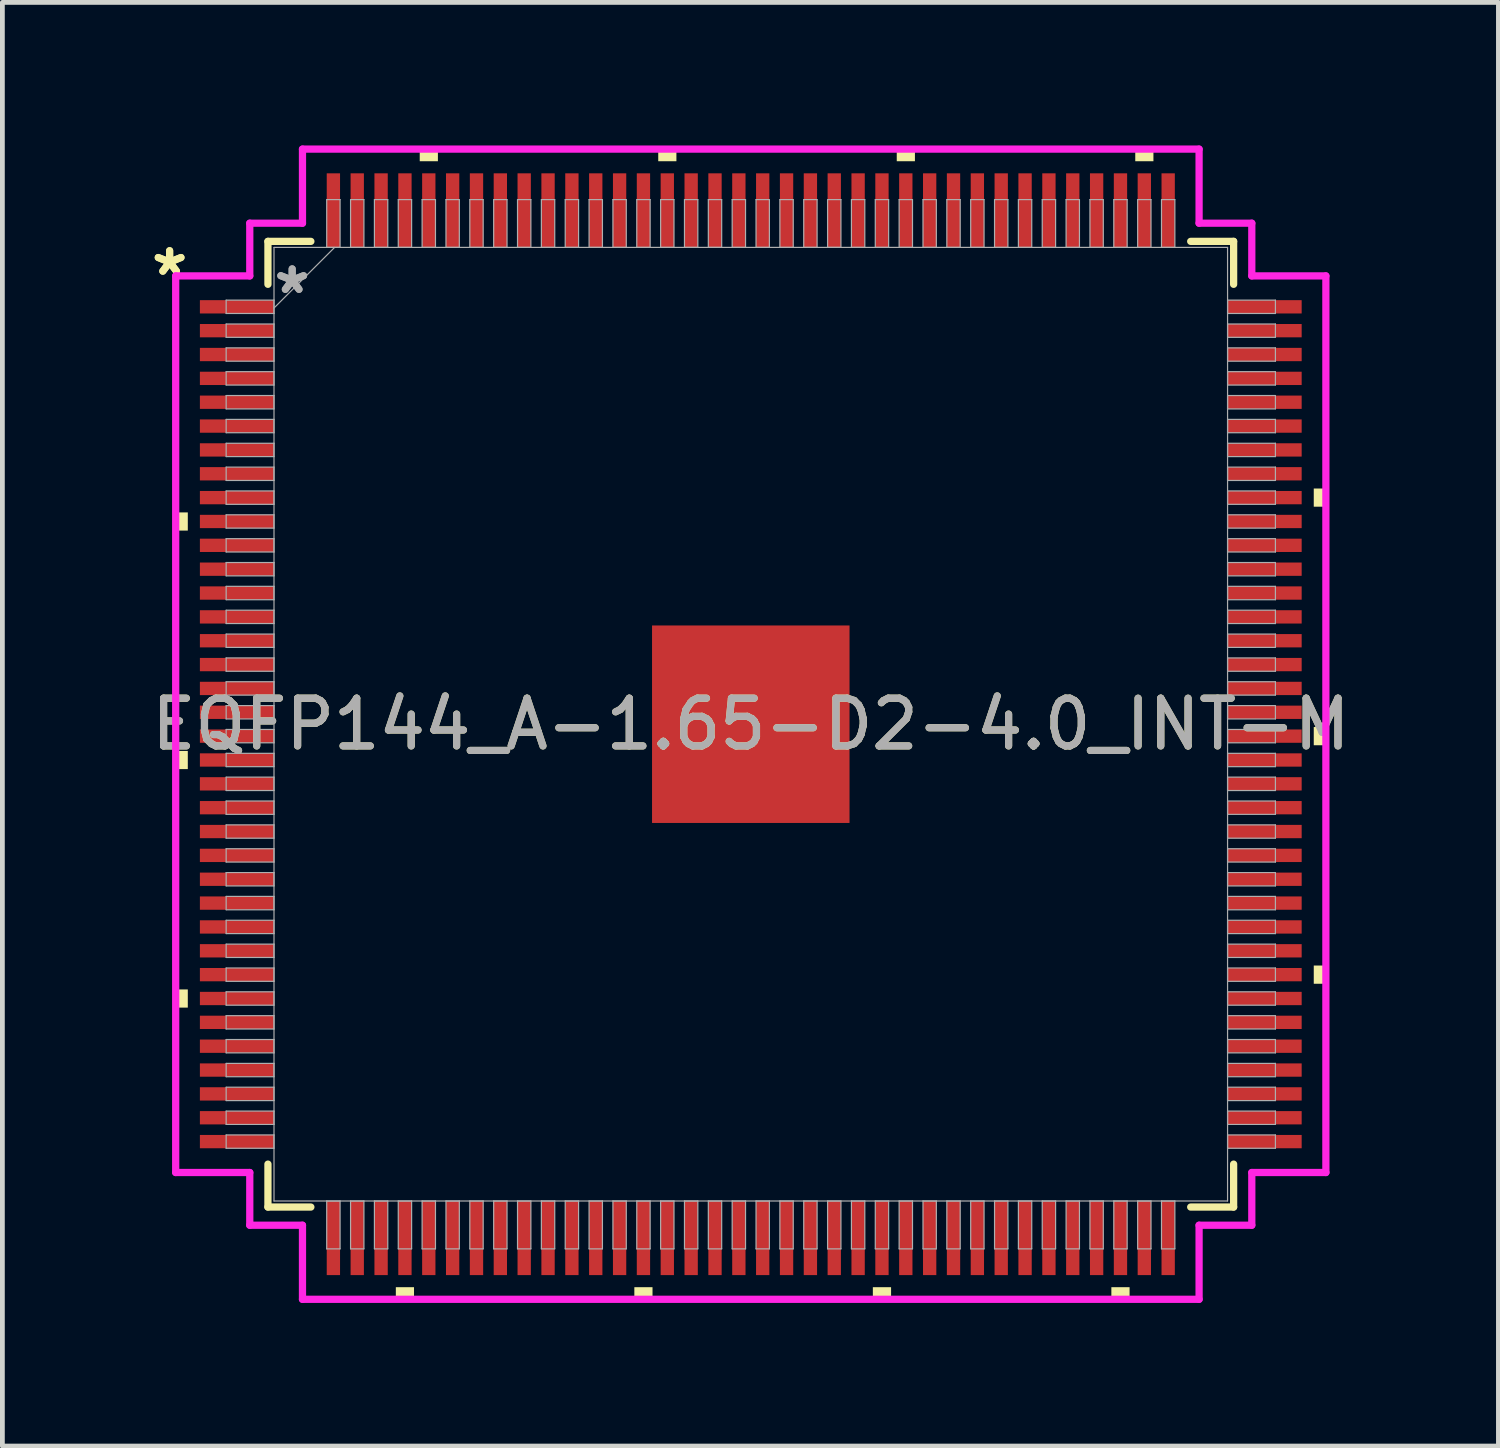
<source format=kicad_pcb>
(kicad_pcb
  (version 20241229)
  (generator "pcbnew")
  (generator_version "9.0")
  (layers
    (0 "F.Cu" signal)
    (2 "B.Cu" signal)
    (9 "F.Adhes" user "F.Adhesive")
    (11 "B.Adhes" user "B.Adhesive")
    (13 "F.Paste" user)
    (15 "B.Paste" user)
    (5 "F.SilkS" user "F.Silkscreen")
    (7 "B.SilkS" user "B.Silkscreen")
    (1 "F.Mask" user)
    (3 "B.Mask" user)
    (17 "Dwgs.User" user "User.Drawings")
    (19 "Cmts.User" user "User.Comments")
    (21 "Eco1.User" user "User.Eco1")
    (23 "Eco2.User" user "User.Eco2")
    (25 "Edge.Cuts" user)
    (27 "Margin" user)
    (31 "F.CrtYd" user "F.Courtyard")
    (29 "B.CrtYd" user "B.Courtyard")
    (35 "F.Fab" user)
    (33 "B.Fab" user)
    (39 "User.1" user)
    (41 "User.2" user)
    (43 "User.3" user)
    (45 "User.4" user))
  (footprint "EQFP144_A-1.65-D2-4.0_INT-M"
    (layer "F.Cu")
    (at 12.689 12.132)
    (property "Reference" "EQFP144_A-1.65-D2-4.0_INT-M" (at 0 0 0) (unlocked yes) (layer "F.SilkS") (effects (font (size 1 1) (thickness 0.15))))
    (attr smd)
    (fp_line (start -10.122 -10.122) (end -10.122 -9.222) (stroke (width 0.152) (type solid)) (layer "F.SilkS"))
    (fp_line (start -10.122 9.222) (end -10.122 10.122) (stroke (width 0.152) (type solid)) (layer "F.SilkS"))
    (fp_line (start -10.122 10.122) (end -9.222 10.122) (stroke (width 0.152) (type solid)) (layer "F.SilkS"))
    (fp_line (start -9.222 -10.122) (end -10.122 -10.122) (stroke (width 0.152) (type solid)) (layer "F.SilkS"))
    (fp_line (start 9.222 10.122) (end 10.122 10.122) (stroke (width 0.152) (type solid)) (layer "F.SilkS"))
    (fp_line (start 10.122 -10.122) (end 9.222 -10.122) (stroke (width 0.152) (type solid)) (layer "F.SilkS"))
    (fp_line (start 10.122 -9.222) (end 10.122 -10.122) (stroke (width 0.152) (type solid)) (layer "F.SilkS"))
    (fp_line (start 10.122 10.122) (end 10.122 9.222) (stroke (width 0.152) (type solid)) (layer "F.SilkS"))
    (fp_poly (pts (xy -12.056 -4.44) (xy -12.056 -4.059) (xy -11.802 -4.059) (xy -11.802 -4.44)) (stroke (width 0) (type solid)) (fill yes) (layer "F.SilkS"))
    (fp_poly (pts (xy -12.056 0.56) (xy -12.056 0.941) (xy -11.802 0.941) (xy -11.802 0.56)) (stroke (width 0) (type solid)) (fill yes) (layer "F.SilkS"))
    (fp_poly (pts (xy -12.056 5.56) (xy -12.056 5.941) (xy -11.802 5.941) (xy -11.802 5.56)) (stroke (width 0) (type solid)) (fill yes) (layer "F.SilkS"))
    (fp_poly (pts (xy -7.441 11.802) (xy -7.441 12.056) (xy -7.06 12.056) (xy -7.06 11.802)) (stroke (width 0) (type solid)) (fill yes) (layer "F.SilkS"))
    (fp_poly (pts (xy -6.94 -11.802) (xy -6.94 -12.056) (xy -6.559 -12.056) (xy -6.559 -11.802)) (stroke (width 0) (type solid)) (fill yes) (layer "F.SilkS"))
    (fp_poly (pts (xy -2.441 11.802) (xy -2.441 12.056) (xy -2.06 12.056) (xy -2.06 11.802)) (stroke (width 0) (type solid)) (fill yes) (layer "F.SilkS"))
    (fp_poly (pts (xy -1.94 -11.802) (xy -1.94 -12.056) (xy -1.559 -12.056) (xy -1.559 -11.802)) (stroke (width 0) (type solid)) (fill yes) (layer "F.SilkS"))
    (fp_poly (pts (xy 2.559 11.802) (xy 2.559 12.056) (xy 2.941 12.056) (xy 2.941 11.802)) (stroke (width 0) (type solid)) (fill yes) (layer "F.SilkS"))
    (fp_poly (pts (xy 3.06 -11.802) (xy 3.06 -12.056) (xy 3.441 -12.056) (xy 3.441 -11.802)) (stroke (width 0) (type solid)) (fill yes) (layer "F.SilkS"))
    (fp_poly (pts (xy 7.559 11.802) (xy 7.559 12.056) (xy 7.941 12.056) (xy 7.941 11.802)) (stroke (width 0) (type solid)) (fill yes) (layer "F.SilkS"))
    (fp_poly (pts (xy 8.06 -11.802) (xy 8.06 -12.056) (xy 8.441 -12.056) (xy 8.441 -11.802)) (stroke (width 0) (type solid)) (fill yes) (layer "F.SilkS"))
    (fp_poly (pts (xy 12.056 -4.941) (xy 12.056 -4.56) (xy 11.802 -4.56) (xy 11.802 -4.941)) (stroke (width 0) (type solid)) (fill yes) (layer "F.SilkS"))
    (fp_poly (pts (xy 12.056 0.059) (xy 12.056 0.441) (xy 11.802 0.441) (xy 11.802 0.059)) (stroke (width 0) (type solid)) (fill yes) (layer "F.SilkS"))
    (fp_poly (pts (xy 12.056 5.059) (xy 12.056 5.441) (xy 11.802 5.441) (xy 11.802 5.059)) (stroke (width 0) (type solid)) (fill yes) (layer "F.SilkS"))
    (fp_poly (pts (xy -1.97 -1.97) (xy -1.97 -0.79) (xy -0.79 -0.79) (xy -0.79 -1.97)) (stroke (width 0) (type solid)) (fill yes) (layer "F.Paste"))
    (fp_poly (pts (xy -1.97 -0.59) (xy -1.97 0.59) (xy -0.79 0.59) (xy -0.79 -0.59)) (stroke (width 0) (type solid)) (fill yes) (layer "F.Paste"))
    (fp_poly (pts (xy -1.97 0.79) (xy -1.97 1.97) (xy -0.79 1.97) (xy -0.79 0.79)) (stroke (width 0) (type solid)) (fill yes) (layer "F.Paste"))
    (fp_poly (pts (xy -0.59 -1.97) (xy -0.59 -0.79) (xy 0.59 -0.79) (xy 0.59 -1.97)) (stroke (width 0) (type solid)) (fill yes) (layer "F.Paste"))
    (fp_poly (pts (xy -0.59 -0.59) (xy -0.59 0.59) (xy 0.59 0.59) (xy 0.59 -0.59)) (stroke (width 0) (type solid)) (fill yes) (layer "F.Paste"))
    (fp_poly (pts (xy -0.59 0.79) (xy -0.59 1.97) (xy 0.59 1.97) (xy 0.59 0.79)) (stroke (width 0) (type solid)) (fill yes) (layer "F.Paste"))
    (fp_poly (pts (xy 0.79 -1.97) (xy 0.79 -0.79) (xy 1.97 -0.79) (xy 1.97 -1.97)) (stroke (width 0) (type solid)) (fill yes) (layer "F.Paste"))
    (fp_poly (pts (xy 0.79 -0.59) (xy 0.79 0.59) (xy 1.97 0.59) (xy 1.97 -0.59)) (stroke (width 0) (type solid)) (fill yes) (layer "F.Paste"))
    (fp_poly (pts (xy 0.79 0.79) (xy 0.79 1.97) (xy 1.97 1.97) (xy 1.97 0.79)) (stroke (width 0) (type solid)) (fill yes) (layer "F.Paste"))
    (fp_line (start -12.056 -9.398) (end -10.503 -9.398) (stroke (width 0.152) (type solid)) (layer "F.CrtYd"))
    (fp_line (start -12.056 9.398) (end -12.056 -9.398) (stroke (width 0.152) (type solid)) (layer "F.CrtYd"))
    (fp_line (start -10.503 -10.503) (end -9.398 -10.503) (stroke (width 0.152) (type solid)) (layer "F.CrtYd"))
    (fp_line (start -10.503 -9.398) (end -10.503 -10.503) (stroke (width 0.152) (type solid)) (layer "F.CrtYd"))
    (fp_line (start -10.503 9.398) (end -12.056 9.398) (stroke (width 0.152) (type solid)) (layer "F.CrtYd"))
    (fp_line (start -10.503 10.503) (end -10.503 9.398) (stroke (width 0.152) (type solid)) (layer "F.CrtYd"))
    (fp_line (start -10.503 10.503) (end -9.398 10.503) (stroke (width 0.152) (type solid)) (layer "F.CrtYd"))
    (fp_line (start -9.398 -12.056) (end 9.398 -12.056) (stroke (width 0.152) (type solid)) (layer "F.CrtYd"))
    (fp_line (start -9.398 -10.503) (end -9.398 -12.056) (stroke (width 0.152) (type solid)) (layer "F.CrtYd"))
    (fp_line (start -9.398 10.503) (end -9.398 12.056) (stroke (width 0.152) (type solid)) (layer "F.CrtYd"))
    (fp_line (start -9.398 12.056) (end 9.398 12.056) (stroke (width 0.152) (type solid)) (layer "F.CrtYd"))
    (fp_line (start 9.398 -12.056) (end 9.398 -10.503) (stroke (width 0.152) (type solid)) (layer "F.CrtYd"))
    (fp_line (start 9.398 -10.503) (end 10.503 -10.503) (stroke (width 0.152) (type solid)) (layer "F.CrtYd"))
    (fp_line (start 9.398 10.503) (end 10.503 10.503) (stroke (width 0.152) (type solid)) (layer "F.CrtYd"))
    (fp_line (start 9.398 12.056) (end 9.398 10.503) (stroke (width 0.152) (type solid)) (layer "F.CrtYd"))
    (fp_line (start 10.503 -9.398) (end 10.503 -10.503) (stroke (width 0.152) (type solid)) (layer "F.CrtYd"))
    (fp_line (start 10.503 9.398) (end 12.056 9.398) (stroke (width 0.152) (type solid)) (layer "F.CrtYd"))
    (fp_line (start 10.503 10.503) (end 10.503 9.398) (stroke (width 0.152) (type solid)) (layer "F.CrtYd"))
    (fp_line (start 12.056 -9.398) (end 10.503 -9.398) (stroke (width 0.152) (type solid)) (layer "F.CrtYd"))
    (fp_line (start 12.056 9.398) (end 12.056 -9.398) (stroke (width 0.152) (type solid)) (layer "F.CrtYd"))
    (fp_line (start -10.998 -8.89) (end -10.998 -8.61) (stroke (width 0.025) (type solid)) (layer "F.Fab"))
    (fp_line (start -10.998 -8.61) (end -9.995 -8.61) (stroke (width 0.025) (type solid)) (layer "F.Fab"))
    (fp_line (start -10.998 -8.39) (end -10.998 -8.11) (stroke (width 0.025) (type solid)) (layer "F.Fab"))
    (fp_line (start -10.998 -8.11) (end -9.995 -8.11) (stroke (width 0.025) (type solid)) (layer "F.Fab"))
    (fp_line (start -10.998 -7.89) (end -10.998 -7.61) (stroke (width 0.025) (type solid)) (layer "F.Fab"))
    (fp_line (start -10.998 -7.61) (end -9.995 -7.61) (stroke (width 0.025) (type solid)) (layer "F.Fab"))
    (fp_line (start -10.998 -7.39) (end -10.998 -7.11) (stroke (width 0.025) (type solid)) (layer "F.Fab"))
    (fp_line (start -10.998 -7.11) (end -9.995 -7.11) (stroke (width 0.025) (type solid)) (layer "F.Fab"))
    (fp_line (start -10.998 -6.89) (end -10.998 -6.61) (stroke (width 0.025) (type solid)) (layer "F.Fab"))
    (fp_line (start -10.998 -6.61) (end -9.995 -6.61) (stroke (width 0.025) (type solid)) (layer "F.Fab"))
    (fp_line (start -10.998 -6.39) (end -10.998 -6.11) (stroke (width 0.025) (type solid)) (layer "F.Fab"))
    (fp_line (start -10.998 -6.11) (end -9.995 -6.11) (stroke (width 0.025) (type solid)) (layer "F.Fab"))
    (fp_line (start -10.998 -5.89) (end -10.998 -5.61) (stroke (width 0.025) (type solid)) (layer "F.Fab"))
    (fp_line (start -10.998 -5.61) (end -9.995 -5.61) (stroke (width 0.025) (type solid)) (layer "F.Fab"))
    (fp_line (start -10.998 -5.39) (end -10.998 -5.11) (stroke (width 0.025) (type solid)) (layer "F.Fab"))
    (fp_line (start -10.998 -5.11) (end -9.995 -5.11) (stroke (width 0.025) (type solid)) (layer "F.Fab"))
    (fp_line (start -10.998 -4.89) (end -10.998 -4.61) (stroke (width 0.025) (type solid)) (layer "F.Fab"))
    (fp_line (start -10.998 -4.61) (end -9.995 -4.61) (stroke (width 0.025) (type solid)) (layer "F.Fab"))
    (fp_line (start -10.998 -4.39) (end -10.998 -4.11) (stroke (width 0.025) (type solid)) (layer "F.Fab"))
    (fp_line (start -10.998 -4.11) (end -9.995 -4.11) (stroke (width 0.025) (type solid)) (layer "F.Fab"))
    (fp_line (start -10.998 -3.89) (end -10.998 -3.61) (stroke (width 0.025) (type solid)) (layer "F.Fab"))
    (fp_line (start -10.998 -3.61) (end -9.995 -3.61) (stroke (width 0.025) (type solid)) (layer "F.Fab"))
    (fp_line (start -10.998 -3.39) (end -10.998 -3.11) (stroke (width 0.025) (type solid)) (layer "F.Fab"))
    (fp_line (start -10.998 -3.11) (end -9.995 -3.11) (stroke (width 0.025) (type solid)) (layer "F.Fab"))
    (fp_line (start -10.998 -2.89) (end -10.998 -2.61) (stroke (width 0.025) (type solid)) (layer "F.Fab"))
    (fp_line (start -10.998 -2.61) (end -9.995 -2.61) (stroke (width 0.025) (type solid)) (layer "F.Fab"))
    (fp_line (start -10.998 -2.39) (end -10.998 -2.11) (stroke (width 0.025) (type solid)) (layer "F.Fab"))
    (fp_line (start -10.998 -2.11) (end -9.995 -2.11) (stroke (width 0.025) (type solid)) (layer "F.Fab"))
    (fp_line (start -10.998 -1.89) (end -10.998 -1.61) (stroke (width 0.025) (type solid)) (layer "F.Fab"))
    (fp_line (start -10.998 -1.61) (end -9.995 -1.61) (stroke (width 0.025) (type solid)) (layer "F.Fab"))
    (fp_line (start -10.998 -1.39) (end -10.998 -1.11) (stroke (width 0.025) (type solid)) (layer "F.Fab"))
    (fp_line (start -10.998 -1.11) (end -9.995 -1.11) (stroke (width 0.025) (type solid)) (layer "F.Fab"))
    (fp_line (start -10.998 -0.89) (end -10.998 -0.61) (stroke (width 0.025) (type solid)) (layer "F.Fab"))
    (fp_line (start -10.998 -0.61) (end -9.995 -0.61) (stroke (width 0.025) (type solid)) (layer "F.Fab"))
    (fp_line (start -10.998 -0.39) (end -10.998 -0.11) (stroke (width 0.025) (type solid)) (layer "F.Fab"))
    (fp_line (start -10.998 -0.11) (end -9.995 -0.11) (stroke (width 0.025) (type solid)) (layer "F.Fab"))
    (fp_line (start -10.998 0.11) (end -10.998 0.39) (stroke (width 0.025) (type solid)) (layer "F.Fab"))
    (fp_line (start -10.998 0.39) (end -9.995 0.39) (stroke (width 0.025) (type solid)) (layer "F.Fab"))
    (fp_line (start -10.998 0.61) (end -10.998 0.89) (stroke (width 0.025) (type solid)) (layer "F.Fab"))
    (fp_line (start -10.998 0.89) (end -9.995 0.89) (stroke (width 0.025) (type solid)) (layer "F.Fab"))
    (fp_line (start -10.998 1.11) (end -10.998 1.39) (stroke (width 0.025) (type solid)) (layer "F.Fab"))
    (fp_line (start -10.998 1.39) (end -9.995 1.39) (stroke (width 0.025) (type solid)) (layer "F.Fab"))
    (fp_line (start -10.998 1.61) (end -10.998 1.89) (stroke (width 0.025) (type solid)) (layer "F.Fab"))
    (fp_line (start -10.998 1.89) (end -9.995 1.89) (stroke (width 0.025) (type solid)) (layer "F.Fab"))
    (fp_line (start -10.998 2.11) (end -10.998 2.39) (stroke (width 0.025) (type solid)) (layer "F.Fab"))
    (fp_line (start -10.998 2.39) (end -9.995 2.39) (stroke (width 0.025) (type solid)) (layer "F.Fab"))
    (fp_line (start -10.998 2.61) (end -10.998 2.89) (stroke (width 0.025) (type solid)) (layer "F.Fab"))
    (fp_line (start -10.998 2.89) (end -9.995 2.89) (stroke (width 0.025) (type solid)) (layer "F.Fab"))
    (fp_line (start -10.998 3.11) (end -10.998 3.39) (stroke (width 0.025) (type solid)) (layer "F.Fab"))
    (fp_line (start -10.998 3.39) (end -9.995 3.39) (stroke (width 0.025) (type solid)) (layer "F.Fab"))
    (fp_line (start -10.998 3.61) (end -10.998 3.89) (stroke (width 0.025) (type solid)) (layer "F.Fab"))
    (fp_line (start -10.998 3.89) (end -9.995 3.89) (stroke (width 0.025) (type solid)) (layer "F.Fab"))
    (fp_line (start -10.998 4.11) (end -10.998 4.39) (stroke (width 0.025) (type solid)) (layer "F.Fab"))
    (fp_line (start -10.998 4.39) (end -9.995 4.39) (stroke (width 0.025) (type solid)) (layer "F.Fab"))
    (fp_line (start -10.998 4.61) (end -10.998 4.89) (stroke (width 0.025) (type solid)) (layer "F.Fab"))
    (fp_line (start -10.998 4.89) (end -9.995 4.89) (stroke (width 0.025) (type solid)) (layer "F.Fab"))
    (fp_line (start -10.998 5.11) (end -10.998 5.39) (stroke (width 0.025) (type solid)) (layer "F.Fab"))
    (fp_line (start -10.998 5.39) (end -9.995 5.39) (stroke (width 0.025) (type solid)) (layer "F.Fab"))
    (fp_line (start -10.998 5.61) (end -10.998 5.89) (stroke (width 0.025) (type solid)) (layer "F.Fab"))
    (fp_line (start -10.998 5.89) (end -9.995 5.89) (stroke (width 0.025) (type solid)) (layer "F.Fab"))
    (fp_line (start -10.998 6.11) (end -10.998 6.39) (stroke (width 0.025) (type solid)) (layer "F.Fab"))
    (fp_line (start -10.998 6.39) (end -9.995 6.39) (stroke (width 0.025) (type solid)) (layer "F.Fab"))
    (fp_line (start -10.998 6.61) (end -10.998 6.89) (stroke (width 0.025) (type solid)) (layer "F.Fab"))
    (fp_line (start -10.998 6.89) (end -9.995 6.89) (stroke (width 0.025) (type solid)) (layer "F.Fab"))
    (fp_line (start -10.998 7.11) (end -10.998 7.39) (stroke (width 0.025) (type solid)) (layer "F.Fab"))
    (fp_line (start -10.998 7.39) (end -9.995 7.39) (stroke (width 0.025) (type solid)) (layer "F.Fab"))
    (fp_line (start -10.998 7.61) (end -10.998 7.89) (stroke (width 0.025) (type solid)) (layer "F.Fab"))
    (fp_line (start -10.998 7.89) (end -9.995 7.89) (stroke (width 0.025) (type solid)) (layer "F.Fab"))
    (fp_line (start -10.998 8.11) (end -10.998 8.39) (stroke (width 0.025) (type solid)) (layer "F.Fab"))
    (fp_line (start -10.998 8.39) (end -9.995 8.39) (stroke (width 0.025) (type solid)) (layer "F.Fab"))
    (fp_line (start -10.998 8.61) (end -10.998 8.89) (stroke (width 0.025) (type solid)) (layer "F.Fab"))
    (fp_line (start -10.998 8.89) (end -9.995 8.89) (stroke (width 0.025) (type solid)) (layer "F.Fab"))
    (fp_line (start -9.995 -9.995) (end -9.995 9.995) (stroke (width 0.025) (type solid)) (layer "F.Fab"))
    (fp_line (start -9.995 -8.89) (end -10.998 -8.89) (stroke (width 0.025) (type solid)) (layer "F.Fab"))
    (fp_line (start -9.995 -8.725) (end -8.725 -9.995) (stroke (width 0.025) (type solid)) (layer "F.Fab"))
    (fp_line (start -9.995 -8.61) (end -9.995 -8.89) (stroke (width 0.025) (type solid)) (layer "F.Fab"))
    (fp_line (start -9.995 -8.39) (end -10.998 -8.39) (stroke (width 0.025) (type solid)) (layer "F.Fab"))
    (fp_line (start -9.995 -8.11) (end -9.995 -8.39) (stroke (width 0.025) (type solid)) (layer "F.Fab"))
    (fp_line (start -9.995 -7.89) (end -10.998 -7.89) (stroke (width 0.025) (type solid)) (layer "F.Fab"))
    (fp_line (start -9.995 -7.61) (end -9.995 -7.89) (stroke (width 0.025) (type solid)) (layer "F.Fab"))
    (fp_line (start -9.995 -7.39) (end -10.998 -7.39) (stroke (width 0.025) (type solid)) (layer "F.Fab"))
    (fp_line (start -9.995 -7.11) (end -9.995 -7.39) (stroke (width 0.025) (type solid)) (layer "F.Fab"))
    (fp_line (start -9.995 -6.89) (end -10.998 -6.89) (stroke (width 0.025) (type solid)) (layer "F.Fab"))
    (fp_line (start -9.995 -6.61) (end -9.995 -6.89) (stroke (width 0.025) (type solid)) (layer "F.Fab"))
    (fp_line (start -9.995 -6.39) (end -10.998 -6.39) (stroke (width 0.025) (type solid)) (layer "F.Fab"))
    (fp_line (start -9.995 -6.11) (end -9.995 -6.39) (stroke (width 0.025) (type solid)) (layer "F.Fab"))
    (fp_line (start -9.995 -5.89) (end -10.998 -5.89) (stroke (width 0.025) (type solid)) (layer "F.Fab"))
    (fp_line (start -9.995 -5.61) (end -9.995 -5.89) (stroke (width 0.025) (type solid)) (layer "F.Fab"))
    (fp_line (start -9.995 -5.39) (end -10.998 -5.39) (stroke (width 0.025) (type solid)) (layer "F.Fab"))
    (fp_line (start -9.995 -5.11) (end -9.995 -5.39) (stroke (width 0.025) (type solid)) (layer "F.Fab"))
    (fp_line (start -9.995 -4.89) (end -10.998 -4.89) (stroke (width 0.025) (type solid)) (layer "F.Fab"))
    (fp_line (start -9.995 -4.61) (end -9.995 -4.89) (stroke (width 0.025) (type solid)) (layer "F.Fab"))
    (fp_line (start -9.995 -4.39) (end -10.998 -4.39) (stroke (width 0.025) (type solid)) (layer "F.Fab"))
    (fp_line (start -9.995 -4.11) (end -9.995 -4.39) (stroke (width 0.025) (type solid)) (layer "F.Fab"))
    (fp_line (start -9.995 -3.89) (end -10.998 -3.89) (stroke (width 0.025) (type solid)) (layer "F.Fab"))
    (fp_line (start -9.995 -3.61) (end -9.995 -3.89) (stroke (width 0.025) (type solid)) (layer "F.Fab"))
    (fp_line (start -9.995 -3.39) (end -10.998 -3.39) (stroke (width 0.025) (type solid)) (layer "F.Fab"))
    (fp_line (start -9.995 -3.11) (end -9.995 -3.39) (stroke (width 0.025) (type solid)) (layer "F.Fab"))
    (fp_line (start -9.995 -2.89) (end -10.998 -2.89) (stroke (width 0.025) (type solid)) (layer "F.Fab"))
    (fp_line (start -9.995 -2.61) (end -9.995 -2.89) (stroke (width 0.025) (type solid)) (layer "F.Fab"))
    (fp_line (start -9.995 -2.39) (end -10.998 -2.39) (stroke (width 0.025) (type solid)) (layer "F.Fab"))
    (fp_line (start -9.995 -2.11) (end -9.995 -2.39) (stroke (width 0.025) (type solid)) (layer "F.Fab"))
    (fp_line (start -9.995 -1.89) (end -10.998 -1.89) (stroke (width 0.025) (type solid)) (layer "F.Fab"))
    (fp_line (start -9.995 -1.61) (end -9.995 -1.89) (stroke (width 0.025) (type solid)) (layer "F.Fab"))
    (fp_line (start -9.995 -1.39) (end -10.998 -1.39) (stroke (width 0.025) (type solid)) (layer "F.Fab"))
    (fp_line (start -9.995 -1.11) (end -9.995 -1.39) (stroke (width 0.025) (type solid)) (layer "F.Fab"))
    (fp_line (start -9.995 -0.89) (end -10.998 -0.89) (stroke (width 0.025) (type solid)) (layer "F.Fab"))
    (fp_line (start -9.995 -0.61) (end -9.995 -0.89) (stroke (width 0.025) (type solid)) (layer "F.Fab"))
    (fp_line (start -9.995 -0.39) (end -10.998 -0.39) (stroke (width 0.025) (type solid)) (layer "F.Fab"))
    (fp_line (start -9.995 -0.11) (end -9.995 -0.39) (stroke (width 0.025) (type solid)) (layer "F.Fab"))
    (fp_line (start -9.995 0.11) (end -10.998 0.11) (stroke (width 0.025) (type solid)) (layer "F.Fab"))
    (fp_line (start -9.995 0.39) (end -9.995 0.11) (stroke (width 0.025) (type solid)) (layer "F.Fab"))
    (fp_line (start -9.995 0.61) (end -10.998 0.61) (stroke (width 0.025) (type solid)) (layer "F.Fab"))
    (fp_line (start -9.995 0.89) (end -9.995 0.61) (stroke (width 0.025) (type solid)) (layer "F.Fab"))
    (fp_line (start -9.995 1.11) (end -10.998 1.11) (stroke (width 0.025) (type solid)) (layer "F.Fab"))
    (fp_line (start -9.995 1.39) (end -9.995 1.11) (stroke (width 0.025) (type solid)) (layer "F.Fab"))
    (fp_line (start -9.995 1.61) (end -10.998 1.61) (stroke (width 0.025) (type solid)) (layer "F.Fab"))
    (fp_line (start -9.995 1.89) (end -9.995 1.61) (stroke (width 0.025) (type solid)) (layer "F.Fab"))
    (fp_line (start -9.995 2.11) (end -10.998 2.11) (stroke (width 0.025) (type solid)) (layer "F.Fab"))
    (fp_line (start -9.995 2.39) (end -9.995 2.11) (stroke (width 0.025) (type solid)) (layer "F.Fab"))
    (fp_line (start -9.995 2.61) (end -10.998 2.61) (stroke (width 0.025) (type solid)) (layer "F.Fab"))
    (fp_line (start -9.995 2.89) (end -9.995 2.61) (stroke (width 0.025) (type solid)) (layer "F.Fab"))
    (fp_line (start -9.995 3.11) (end -10.998 3.11) (stroke (width 0.025) (type solid)) (layer "F.Fab"))
    (fp_line (start -9.995 3.39) (end -9.995 3.11) (stroke (width 0.025) (type solid)) (layer "F.Fab"))
    (fp_line (start -9.995 3.61) (end -10.998 3.61) (stroke (width 0.025) (type solid)) (layer "F.Fab"))
    (fp_line (start -9.995 3.89) (end -9.995 3.61) (stroke (width 0.025) (type solid)) (layer "F.Fab"))
    (fp_line (start -9.995 4.11) (end -10.998 4.11) (stroke (width 0.025) (type solid)) (layer "F.Fab"))
    (fp_line (start -9.995 4.39) (end -9.995 4.11) (stroke (width 0.025) (type solid)) (layer "F.Fab"))
    (fp_line (start -9.995 4.61) (end -10.998 4.61) (stroke (width 0.025) (type solid)) (layer "F.Fab"))
    (fp_line (start -9.995 4.89) (end -9.995 4.61) (stroke (width 0.025) (type solid)) (layer "F.Fab"))
    (fp_line (start -9.995 5.11) (end -10.998 5.11) (stroke (width 0.025) (type solid)) (layer "F.Fab"))
    (fp_line (start -9.995 5.39) (end -9.995 5.11) (stroke (width 0.025) (type solid)) (layer "F.Fab"))
    (fp_line (start -9.995 5.61) (end -10.998 5.61) (stroke (width 0.025) (type solid)) (layer "F.Fab"))
    (fp_line (start -9.995 5.89) (end -9.995 5.61) (stroke (width 0.025) (type solid)) (layer "F.Fab"))
    (fp_line (start -9.995 6.11) (end -10.998 6.11) (stroke (width 0.025) (type solid)) (layer "F.Fab"))
    (fp_line (start -9.995 6.39) (end -9.995 6.11) (stroke (width 0.025) (type solid)) (layer "F.Fab"))
    (fp_line (start -9.995 6.61) (end -10.998 6.61) (stroke (width 0.025) (type solid)) (layer "F.Fab"))
    (fp_line (start -9.995 6.89) (end -9.995 6.61) (stroke (width 0.025) (type solid)) (layer "F.Fab"))
    (fp_line (start -9.995 7.11) (end -10.998 7.11) (stroke (width 0.025) (type solid)) (layer "F.Fab"))
    (fp_line (start -9.995 7.39) (end -9.995 7.11) (stroke (width 0.025) (type solid)) (layer "F.Fab"))
    (fp_line (start -9.995 7.61) (end -10.998 7.61) (stroke (width 0.025) (type solid)) (layer "F.Fab"))
    (fp_line (start -9.995 7.89) (end -9.995 7.61) (stroke (width 0.025) (type solid)) (layer "F.Fab"))
    (fp_line (start -9.995 8.11) (end -10.998 8.11) (stroke (width 0.025) (type solid)) (layer "F.Fab"))
    (fp_line (start -9.995 8.39) (end -9.995 8.11) (stroke (width 0.025) (type solid)) (layer "F.Fab"))
    (fp_line (start -9.995 8.61) (end -10.998 8.61) (stroke (width 0.025) (type solid)) (layer "F.Fab"))
    (fp_line (start -9.995 8.89) (end -9.995 8.61) (stroke (width 0.025) (type solid)) (layer "F.Fab"))
    (fp_line (start -9.995 9.995) (end 9.995 9.995) (stroke (width 0.025) (type solid)) (layer "F.Fab"))
    (fp_line (start -8.89 -10.998) (end -8.89 -9.995) (stroke (width 0.025) (type solid)) (layer "F.Fab"))
    (fp_line (start -8.89 -9.995) (end -8.61 -9.995) (stroke (width 0.025) (type solid)) (layer "F.Fab"))
    (fp_line (start -8.89 9.995) (end -8.89 10.998) (stroke (width 0.025) (type solid)) (layer "F.Fab"))
    (fp_line (start -8.89 10.998) (end -8.61 10.998) (stroke (width 0.025) (type solid)) (layer "F.Fab"))
    (fp_line (start -8.61 -10.998) (end -8.89 -10.998) (stroke (width 0.025) (type solid)) (layer "F.Fab"))
    (fp_line (start -8.61 -9.995) (end -8.61 -10.998) (stroke (width 0.025) (type solid)) (layer "F.Fab"))
    (fp_line (start -8.61 9.995) (end -8.89 9.995) (stroke (width 0.025) (type solid)) (layer "F.Fab"))
    (fp_line (start -8.61 10.998) (end -8.61 9.995) (stroke (width 0.025) (type solid)) (layer "F.Fab"))
    (fp_line (start -8.39 -10.998) (end -8.39 -9.995) (stroke (width 0.025) (type solid)) (layer "F.Fab"))
    (fp_line (start -8.39 -9.995) (end -8.11 -9.995) (stroke (width 0.025) (type solid)) (layer "F.Fab"))
    (fp_line (start -8.39 9.995) (end -8.39 10.998) (stroke (width 0.025) (type solid)) (layer "F.Fab"))
    (fp_line (start -8.39 10.998) (end -8.11 10.998) (stroke (width 0.025) (type solid)) (layer "F.Fab"))
    (fp_line (start -8.11 -10.998) (end -8.39 -10.998) (stroke (width 0.025) (type solid)) (layer "F.Fab"))
    (fp_line (start -8.11 -9.995) (end -8.11 -10.998) (stroke (width 0.025) (type solid)) (layer "F.Fab"))
    (fp_line (start -8.11 9.995) (end -8.39 9.995) (stroke (width 0.025) (type solid)) (layer "F.Fab"))
    (fp_line (start -8.11 10.998) (end -8.11 9.995) (stroke (width 0.025) (type solid)) (layer "F.Fab"))
    (fp_line (start -7.89 -10.998) (end -7.89 -9.995) (stroke (width 0.025) (type solid)) (layer "F.Fab"))
    (fp_line (start -7.89 -9.995) (end -7.61 -9.995) (stroke (width 0.025) (type solid)) (layer "F.Fab"))
    (fp_line (start -7.89 9.995) (end -7.89 10.998) (stroke (width 0.025) (type solid)) (layer "F.Fab"))
    (fp_line (start -7.89 10.998) (end -7.61 10.998) (stroke (width 0.025) (type solid)) (layer "F.Fab"))
    (fp_line (start -7.61 -10.998) (end -7.89 -10.998) (stroke (width 0.025) (type solid)) (layer "F.Fab"))
    (fp_line (start -7.61 -9.995) (end -7.61 -10.998) (stroke (width 0.025) (type solid)) (layer "F.Fab"))
    (fp_line (start -7.61 9.995) (end -7.89 9.995) (stroke (width 0.025) (type solid)) (layer "F.Fab"))
    (fp_line (start -7.61 10.998) (end -7.61 9.995) (stroke (width 0.025) (type solid)) (layer "F.Fab"))
    (fp_line (start -7.39 -10.998) (end -7.39 -9.995) (stroke (width 0.025) (type solid)) (layer "F.Fab"))
    (fp_line (start -7.39 -9.995) (end -7.11 -9.995) (stroke (width 0.025) (type solid)) (layer "F.Fab"))
    (fp_line (start -7.39 9.995) (end -7.39 10.998) (stroke (width 0.025) (type solid)) (layer "F.Fab"))
    (fp_line (start -7.39 10.998) (end -7.11 10.998) (stroke (width 0.025) (type solid)) (layer "F.Fab"))
    (fp_line (start -7.11 -10.998) (end -7.39 -10.998) (stroke (width 0.025) (type solid)) (layer "F.Fab"))
    (fp_line (start -7.11 -9.995) (end -7.11 -10.998) (stroke (width 0.025) (type solid)) (layer "F.Fab"))
    (fp_line (start -7.11 9.995) (end -7.39 9.995) (stroke (width 0.025) (type solid)) (layer "F.Fab"))
    (fp_line (start -7.11 10.998) (end -7.11 9.995) (stroke (width 0.025) (type solid)) (layer "F.Fab"))
    (fp_line (start -6.89 -10.998) (end -6.89 -9.995) (stroke (width 0.025) (type solid)) (layer "F.Fab"))
    (fp_line (start -6.89 -9.995) (end -6.61 -9.995) (stroke (width 0.025) (type solid)) (layer "F.Fab"))
    (fp_line (start -6.89 9.995) (end -6.89 10.998) (stroke (width 0.025) (type solid)) (layer "F.Fab"))
    (fp_line (start -6.89 10.998) (end -6.61 10.998) (stroke (width 0.025) (type solid)) (layer "F.Fab"))
    (fp_line (start -6.61 -10.998) (end -6.89 -10.998) (stroke (width 0.025) (type solid)) (layer "F.Fab"))
    (fp_line (start -6.61 -9.995) (end -6.61 -10.998) (stroke (width 0.025) (type solid)) (layer "F.Fab"))
    (fp_line (start -6.61 9.995) (end -6.89 9.995) (stroke (width 0.025) (type solid)) (layer "F.Fab"))
    (fp_line (start -6.61 10.998) (end -6.61 9.995) (stroke (width 0.025) (type solid)) (layer "F.Fab"))
    (fp_line (start -6.39 -10.998) (end -6.39 -9.995) (stroke (width 0.025) (type solid)) (layer "F.Fab"))
    (fp_line (start -6.39 -9.995) (end -6.11 -9.995) (stroke (width 0.025) (type solid)) (layer "F.Fab"))
    (fp_line (start -6.39 9.995) (end -6.39 10.998) (stroke (width 0.025) (type solid)) (layer "F.Fab"))
    (fp_line (start -6.39 10.998) (end -6.11 10.998) (stroke (width 0.025) (type solid)) (layer "F.Fab"))
    (fp_line (start -6.11 -10.998) (end -6.39 -10.998) (stroke (width 0.025) (type solid)) (layer "F.Fab"))
    (fp_line (start -6.11 -9.995) (end -6.11 -10.998) (stroke (width 0.025) (type solid)) (layer "F.Fab"))
    (fp_line (start -6.11 9.995) (end -6.39 9.995) (stroke (width 0.025) (type solid)) (layer "F.Fab"))
    (fp_line (start -6.11 10.998) (end -6.11 9.995) (stroke (width 0.025) (type solid)) (layer "F.Fab"))
    (fp_line (start -5.89 -10.998) (end -5.89 -9.995) (stroke (width 0.025) (type solid)) (layer "F.Fab"))
    (fp_line (start -5.89 -9.995) (end -5.61 -9.995) (stroke (width 0.025) (type solid)) (layer "F.Fab"))
    (fp_line (start -5.89 9.995) (end -5.89 10.998) (stroke (width 0.025) (type solid)) (layer "F.Fab"))
    (fp_line (start -5.89 10.998) (end -5.61 10.998) (stroke (width 0.025) (type solid)) (layer "F.Fab"))
    (fp_line (start -5.61 -10.998) (end -5.89 -10.998) (stroke (width 0.025) (type solid)) (layer "F.Fab"))
    (fp_line (start -5.61 -9.995) (end -5.61 -10.998) (stroke (width 0.025) (type solid)) (layer "F.Fab"))
    (fp_line (start -5.61 9.995) (end -5.89 9.995) (stroke (width 0.025) (type solid)) (layer "F.Fab"))
    (fp_line (start -5.61 10.998) (end -5.61 9.995) (stroke (width 0.025) (type solid)) (layer "F.Fab"))
    (fp_line (start -5.39 -10.998) (end -5.39 -9.995) (stroke (width 0.025) (type solid)) (layer "F.Fab"))
    (fp_line (start -5.39 -9.995) (end -5.11 -9.995) (stroke (width 0.025) (type solid)) (layer "F.Fab"))
    (fp_line (start -5.39 9.995) (end -5.39 10.998) (stroke (width 0.025) (type solid)) (layer "F.Fab"))
    (fp_line (start -5.39 10.998) (end -5.11 10.998) (stroke (width 0.025) (type solid)) (layer "F.Fab"))
    (fp_line (start -5.11 -10.998) (end -5.39 -10.998) (stroke (width 0.025) (type solid)) (layer "F.Fab"))
    (fp_line (start -5.11 -9.995) (end -5.11 -10.998) (stroke (width 0.025) (type solid)) (layer "F.Fab"))
    (fp_line (start -5.11 9.995) (end -5.39 9.995) (stroke (width 0.025) (type solid)) (layer "F.Fab"))
    (fp_line (start -5.11 10.998) (end -5.11 9.995) (stroke (width 0.025) (type solid)) (layer "F.Fab"))
    (fp_line (start -4.89 -10.998) (end -4.89 -9.995) (stroke (width 0.025) (type solid)) (layer "F.Fab"))
    (fp_line (start -4.89 -9.995) (end -4.61 -9.995) (stroke (width 0.025) (type solid)) (layer "F.Fab"))
    (fp_line (start -4.89 9.995) (end -4.89 10.998) (stroke (width 0.025) (type solid)) (layer "F.Fab"))
    (fp_line (start -4.89 10.998) (end -4.61 10.998) (stroke (width 0.025) (type solid)) (layer "F.Fab"))
    (fp_line (start -4.61 -10.998) (end -4.89 -10.998) (stroke (width 0.025) (type solid)) (layer "F.Fab"))
    (fp_line (start -4.61 -9.995) (end -4.61 -10.998) (stroke (width 0.025) (type solid)) (layer "F.Fab"))
    (fp_line (start -4.61 9.995) (end -4.89 9.995) (stroke (width 0.025) (type solid)) (layer "F.Fab"))
    (fp_line (start -4.61 10.998) (end -4.61 9.995) (stroke (width 0.025) (type solid)) (layer "F.Fab"))
    (fp_line (start -4.39 -10.998) (end -4.39 -9.995) (stroke (width 0.025) (type solid)) (layer "F.Fab"))
    (fp_line (start -4.39 -9.995) (end -4.11 -9.995) (stroke (width 0.025) (type solid)) (layer "F.Fab"))
    (fp_line (start -4.39 9.995) (end -4.39 10.998) (stroke (width 0.025) (type solid)) (layer "F.Fab"))
    (fp_line (start -4.39 10.998) (end -4.11 10.998) (stroke (width 0.025) (type solid)) (layer "F.Fab"))
    (fp_line (start -4.11 -10.998) (end -4.39 -10.998) (stroke (width 0.025) (type solid)) (layer "F.Fab"))
    (fp_line (start -4.11 -9.995) (end -4.11 -10.998) (stroke (width 0.025) (type solid)) (layer "F.Fab"))
    (fp_line (start -4.11 9.995) (end -4.39 9.995) (stroke (width 0.025) (type solid)) (layer "F.Fab"))
    (fp_line (start -4.11 10.998) (end -4.11 9.995) (stroke (width 0.025) (type solid)) (layer "F.Fab"))
    (fp_line (start -3.89 -10.998) (end -3.89 -9.995) (stroke (width 0.025) (type solid)) (layer "F.Fab"))
    (fp_line (start -3.89 -9.995) (end -3.61 -9.995) (stroke (width 0.025) (type solid)) (layer "F.Fab"))
    (fp_line (start -3.89 9.995) (end -3.89 10.998) (stroke (width 0.025) (type solid)) (layer "F.Fab"))
    (fp_line (start -3.89 10.998) (end -3.61 10.998) (stroke (width 0.025) (type solid)) (layer "F.Fab"))
    (fp_line (start -3.61 -10.998) (end -3.89 -10.998) (stroke (width 0.025) (type solid)) (layer "F.Fab"))
    (fp_line (start -3.61 -9.995) (end -3.61 -10.998) (stroke (width 0.025) (type solid)) (layer "F.Fab"))
    (fp_line (start -3.61 9.995) (end -3.89 9.995) (stroke (width 0.025) (type solid)) (layer "F.Fab"))
    (fp_line (start -3.61 10.998) (end -3.61 9.995) (stroke (width 0.025) (type solid)) (layer "F.Fab"))
    (fp_line (start -3.39 -10.998) (end -3.39 -9.995) (stroke (width 0.025) (type solid)) (layer "F.Fab"))
    (fp_line (start -3.39 -9.995) (end -3.11 -9.995) (stroke (width 0.025) (type solid)) (layer "F.Fab"))
    (fp_line (start -3.39 9.995) (end -3.39 10.998) (stroke (width 0.025) (type solid)) (layer "F.Fab"))
    (fp_line (start -3.39 10.998) (end -3.11 10.998) (stroke (width 0.025) (type solid)) (layer "F.Fab"))
    (fp_line (start -3.11 -10.998) (end -3.39 -10.998) (stroke (width 0.025) (type solid)) (layer "F.Fab"))
    (fp_line (start -3.11 -9.995) (end -3.11 -10.998) (stroke (width 0.025) (type solid)) (layer "F.Fab"))
    (fp_line (start -3.11 9.995) (end -3.39 9.995) (stroke (width 0.025) (type solid)) (layer "F.Fab"))
    (fp_line (start -3.11 10.998) (end -3.11 9.995) (stroke (width 0.025) (type solid)) (layer "F.Fab"))
    (fp_line (start -2.89 -10.998) (end -2.89 -9.995) (stroke (width 0.025) (type solid)) (layer "F.Fab"))
    (fp_line (start -2.89 -9.995) (end -2.61 -9.995) (stroke (width 0.025) (type solid)) (layer "F.Fab"))
    (fp_line (start -2.89 9.995) (end -2.89 10.998) (stroke (width 0.025) (type solid)) (layer "F.Fab"))
    (fp_line (start -2.89 10.998) (end -2.61 10.998) (stroke (width 0.025) (type solid)) (layer "F.Fab"))
    (fp_line (start -2.61 -10.998) (end -2.89 -10.998) (stroke (width 0.025) (type solid)) (layer "F.Fab"))
    (fp_line (start -2.61 -9.995) (end -2.61 -10.998) (stroke (width 0.025) (type solid)) (layer "F.Fab"))
    (fp_line (start -2.61 9.995) (end -2.89 9.995) (stroke (width 0.025) (type solid)) (layer "F.Fab"))
    (fp_line (start -2.61 10.998) (end -2.61 9.995) (stroke (width 0.025) (type solid)) (layer "F.Fab"))
    (fp_line (start -2.39 -10.998) (end -2.39 -9.995) (stroke (width 0.025) (type solid)) (layer "F.Fab"))
    (fp_line (start -2.39 -9.995) (end -2.11 -9.995) (stroke (width 0.025) (type solid)) (layer "F.Fab"))
    (fp_line (start -2.39 9.995) (end -2.39 10.998) (stroke (width 0.025) (type solid)) (layer "F.Fab"))
    (fp_line (start -2.39 10.998) (end -2.11 10.998) (stroke (width 0.025) (type solid)) (layer "F.Fab"))
    (fp_line (start -2.11 -10.998) (end -2.39 -10.998) (stroke (width 0.025) (type solid)) (layer "F.Fab"))
    (fp_line (start -2.11 -9.995) (end -2.11 -10.998) (stroke (width 0.025) (type solid)) (layer "F.Fab"))
    (fp_line (start -2.11 9.995) (end -2.39 9.995) (stroke (width 0.025) (type solid)) (layer "F.Fab"))
    (fp_line (start -2.11 10.998) (end -2.11 9.995) (stroke (width 0.025) (type solid)) (layer "F.Fab"))
    (fp_line (start -1.89 -10.998) (end -1.89 -9.995) (stroke (width 0.025) (type solid)) (layer "F.Fab"))
    (fp_line (start -1.89 -9.995) (end -1.61 -9.995) (stroke (width 0.025) (type solid)) (layer "F.Fab"))
    (fp_line (start -1.89 9.995) (end -1.89 10.998) (stroke (width 0.025) (type solid)) (layer "F.Fab"))
    (fp_line (start -1.89 10.998) (end -1.61 10.998) (stroke (width 0.025) (type solid)) (layer "F.Fab"))
    (fp_line (start -1.61 -10.998) (end -1.89 -10.998) (stroke (width 0.025) (type solid)) (layer "F.Fab"))
    (fp_line (start -1.61 -9.995) (end -1.61 -10.998) (stroke (width 0.025) (type solid)) (layer "F.Fab"))
    (fp_line (start -1.61 9.995) (end -1.89 9.995) (stroke (width 0.025) (type solid)) (layer "F.Fab"))
    (fp_line (start -1.61 10.998) (end -1.61 9.995) (stroke (width 0.025) (type solid)) (layer "F.Fab"))
    (fp_line (start -1.39 -10.998) (end -1.39 -9.995) (stroke (width 0.025) (type solid)) (layer "F.Fab"))
    (fp_line (start -1.39 -9.995) (end -1.11 -9.995) (stroke (width 0.025) (type solid)) (layer "F.Fab"))
    (fp_line (start -1.39 9.995) (end -1.39 10.998) (stroke (width 0.025) (type solid)) (layer "F.Fab"))
    (fp_line (start -1.39 10.998) (end -1.11 10.998) (stroke (width 0.025) (type solid)) (layer "F.Fab"))
    (fp_line (start -1.11 -10.998) (end -1.39 -10.998) (stroke (width 0.025) (type solid)) (layer "F.Fab"))
    (fp_line (start -1.11 -9.995) (end -1.11 -10.998) (stroke (width 0.025) (type solid)) (layer "F.Fab"))
    (fp_line (start -1.11 9.995) (end -1.39 9.995) (stroke (width 0.025) (type solid)) (layer "F.Fab"))
    (fp_line (start -1.11 10.998) (end -1.11 9.995) (stroke (width 0.025) (type solid)) (layer "F.Fab"))
    (fp_line (start -0.89 -10.998) (end -0.89 -9.995) (stroke (width 0.025) (type solid)) (layer "F.Fab"))
    (fp_line (start -0.89 -9.995) (end -0.61 -9.995) (stroke (width 0.025) (type solid)) (layer "F.Fab"))
    (fp_line (start -0.89 9.995) (end -0.89 10.998) (stroke (width 0.025) (type solid)) (layer "F.Fab"))
    (fp_line (start -0.89 10.998) (end -0.61 10.998) (stroke (width 0.025) (type solid)) (layer "F.Fab"))
    (fp_line (start -0.61 -10.998) (end -0.89 -10.998) (stroke (width 0.025) (type solid)) (layer "F.Fab"))
    (fp_line (start -0.61 -9.995) (end -0.61 -10.998) (stroke (width 0.025) (type solid)) (layer "F.Fab"))
    (fp_line (start -0.61 9.995) (end -0.89 9.995) (stroke (width 0.025) (type solid)) (layer "F.Fab"))
    (fp_line (start -0.61 10.998) (end -0.61 9.995) (stroke (width 0.025) (type solid)) (layer "F.Fab"))
    (fp_line (start -0.39 -10.998) (end -0.39 -9.995) (stroke (width 0.025) (type solid)) (layer "F.Fab"))
    (fp_line (start -0.39 -9.995) (end -0.11 -9.995) (stroke (width 0.025) (type solid)) (layer "F.Fab"))
    (fp_line (start -0.39 9.995) (end -0.39 10.998) (stroke (width 0.025) (type solid)) (layer "F.Fab"))
    (fp_line (start -0.39 10.998) (end -0.11 10.998) (stroke (width 0.025) (type solid)) (layer "F.Fab"))
    (fp_line (start -0.11 -10.998) (end -0.39 -10.998) (stroke (width 0.025) (type solid)) (layer "F.Fab"))
    (fp_line (start -0.11 -9.995) (end -0.11 -10.998) (stroke (width 0.025) (type solid)) (layer "F.Fab"))
    (fp_line (start -0.11 9.995) (end -0.39 9.995) (stroke (width 0.025) (type solid)) (layer "F.Fab"))
    (fp_line (start -0.11 10.998) (end -0.11 9.995) (stroke (width 0.025) (type solid)) (layer "F.Fab"))
    (fp_line (start 0.11 -10.998) (end 0.11 -9.995) (stroke (width 0.025) (type solid)) (layer "F.Fab"))
    (fp_line (start 0.11 -9.995) (end 0.39 -9.995) (stroke (width 0.025) (type solid)) (layer "F.Fab"))
    (fp_line (start 0.11 9.995) (end 0.11 10.998) (stroke (width 0.025) (type solid)) (layer "F.Fab"))
    (fp_line (start 0.11 10.998) (end 0.39 10.998) (stroke (width 0.025) (type solid)) (layer "F.Fab"))
    (fp_line (start 0.39 -10.998) (end 0.11 -10.998) (stroke (width 0.025) (type solid)) (layer "F.Fab"))
    (fp_line (start 0.39 -9.995) (end 0.39 -10.998) (stroke (width 0.025) (type solid)) (layer "F.Fab"))
    (fp_line (start 0.39 9.995) (end 0.11 9.995) (stroke (width 0.025) (type solid)) (layer "F.Fab"))
    (fp_line (start 0.39 10.998) (end 0.39 9.995) (stroke (width 0.025) (type solid)) (layer "F.Fab"))
    (fp_line (start 0.61 -10.998) (end 0.61 -9.995) (stroke (width 0.025) (type solid)) (layer "F.Fab"))
    (fp_line (start 0.61 -9.995) (end 0.89 -9.995) (stroke (width 0.025) (type solid)) (layer "F.Fab"))
    (fp_line (start 0.61 9.995) (end 0.61 10.998) (stroke (width 0.025) (type solid)) (layer "F.Fab"))
    (fp_line (start 0.61 10.998) (end 0.89 10.998) (stroke (width 0.025) (type solid)) (layer "F.Fab"))
    (fp_line (start 0.89 -10.998) (end 0.61 -10.998) (stroke (width 0.025) (type solid)) (layer "F.Fab"))
    (fp_line (start 0.89 -9.995) (end 0.89 -10.998) (stroke (width 0.025) (type solid)) (layer "F.Fab"))
    (fp_line (start 0.89 9.995) (end 0.61 9.995) (stroke (width 0.025) (type solid)) (layer "F.Fab"))
    (fp_line (start 0.89 10.998) (end 0.89 9.995) (stroke (width 0.025) (type solid)) (layer "F.Fab"))
    (fp_line (start 1.11 -10.998) (end 1.11 -9.995) (stroke (width 0.025) (type solid)) (layer "F.Fab"))
    (fp_line (start 1.11 -9.995) (end 1.39 -9.995) (stroke (width 0.025) (type solid)) (layer "F.Fab"))
    (fp_line (start 1.11 9.995) (end 1.11 10.998) (stroke (width 0.025) (type solid)) (layer "F.Fab"))
    (fp_line (start 1.11 10.998) (end 1.39 10.998) (stroke (width 0.025) (type solid)) (layer "F.Fab"))
    (fp_line (start 1.39 -10.998) (end 1.11 -10.998) (stroke (width 0.025) (type solid)) (layer "F.Fab"))
    (fp_line (start 1.39 -9.995) (end 1.39 -10.998) (stroke (width 0.025) (type solid)) (layer "F.Fab"))
    (fp_line (start 1.39 9.995) (end 1.11 9.995) (stroke (width 0.025) (type solid)) (layer "F.Fab"))
    (fp_line (start 1.39 10.998) (end 1.39 9.995) (stroke (width 0.025) (type solid)) (layer "F.Fab"))
    (fp_line (start 1.61 -10.998) (end 1.61 -9.995) (stroke (width 0.025) (type solid)) (layer "F.Fab"))
    (fp_line (start 1.61 -9.995) (end 1.89 -9.995) (stroke (width 0.025) (type solid)) (layer "F.Fab"))
    (fp_line (start 1.61 9.995) (end 1.61 10.998) (stroke (width 0.025) (type solid)) (layer "F.Fab"))
    (fp_line (start 1.61 10.998) (end 1.89 10.998) (stroke (width 0.025) (type solid)) (layer "F.Fab"))
    (fp_line (start 1.89 -10.998) (end 1.61 -10.998) (stroke (width 0.025) (type solid)) (layer "F.Fab"))
    (fp_line (start 1.89 -9.995) (end 1.89 -10.998) (stroke (width 0.025) (type solid)) (layer "F.Fab"))
    (fp_line (start 1.89 9.995) (end 1.61 9.995) (stroke (width 0.025) (type solid)) (layer "F.Fab"))
    (fp_line (start 1.89 10.998) (end 1.89 9.995) (stroke (width 0.025) (type solid)) (layer "F.Fab"))
    (fp_line (start 2.11 -10.998) (end 2.11 -9.995) (stroke (width 0.025) (type solid)) (layer "F.Fab"))
    (fp_line (start 2.11 -9.995) (end 2.39 -9.995) (stroke (width 0.025) (type solid)) (layer "F.Fab"))
    (fp_line (start 2.11 9.995) (end 2.11 10.998) (stroke (width 0.025) (type solid)) (layer "F.Fab"))
    (fp_line (start 2.11 10.998) (end 2.39 10.998) (stroke (width 0.025) (type solid)) (layer "F.Fab"))
    (fp_line (start 2.39 -10.998) (end 2.11 -10.998) (stroke (width 0.025) (type solid)) (layer "F.Fab"))
    (fp_line (start 2.39 -9.995) (end 2.39 -10.998) (stroke (width 0.025) (type solid)) (layer "F.Fab"))
    (fp_line (start 2.39 9.995) (end 2.11 9.995) (stroke (width 0.025) (type solid)) (layer "F.Fab"))
    (fp_line (start 2.39 10.998) (end 2.39 9.995) (stroke (width 0.025) (type solid)) (layer "F.Fab"))
    (fp_line (start 2.61 -10.998) (end 2.61 -9.995) (stroke (width 0.025) (type solid)) (layer "F.Fab"))
    (fp_line (start 2.61 -9.995) (end 2.89 -9.995) (stroke (width 0.025) (type solid)) (layer "F.Fab"))
    (fp_line (start 2.61 9.995) (end 2.61 10.998) (stroke (width 0.025) (type solid)) (layer "F.Fab"))
    (fp_line (start 2.61 10.998) (end 2.89 10.998) (stroke (width 0.025) (type solid)) (layer "F.Fab"))
    (fp_line (start 2.89 -10.998) (end 2.61 -10.998) (stroke (width 0.025) (type solid)) (layer "F.Fab"))
    (fp_line (start 2.89 -9.995) (end 2.89 -10.998) (stroke (width 0.025) (type solid)) (layer "F.Fab"))
    (fp_line (start 2.89 9.995) (end 2.61 9.995) (stroke (width 0.025) (type solid)) (layer "F.Fab"))
    (fp_line (start 2.89 10.998) (end 2.89 9.995) (stroke (width 0.025) (type solid)) (layer "F.Fab"))
    (fp_line (start 3.11 -10.998) (end 3.11 -9.995) (stroke (width 0.025) (type solid)) (layer "F.Fab"))
    (fp_line (start 3.11 -9.995) (end 3.39 -9.995) (stroke (width 0.025) (type solid)) (layer "F.Fab"))
    (fp_line (start 3.11 9.995) (end 3.11 10.998) (stroke (width 0.025) (type solid)) (layer "F.Fab"))
    (fp_line (start 3.11 10.998) (end 3.39 10.998) (stroke (width 0.025) (type solid)) (layer "F.Fab"))
    (fp_line (start 3.39 -10.998) (end 3.11 -10.998) (stroke (width 0.025) (type solid)) (layer "F.Fab"))
    (fp_line (start 3.39 -9.995) (end 3.39 -10.998) (stroke (width 0.025) (type solid)) (layer "F.Fab"))
    (fp_line (start 3.39 9.995) (end 3.11 9.995) (stroke (width 0.025) (type solid)) (layer "F.Fab"))
    (fp_line (start 3.39 10.998) (end 3.39 9.995) (stroke (width 0.025) (type solid)) (layer "F.Fab"))
    (fp_line (start 3.61 -10.998) (end 3.61 -9.995) (stroke (width 0.025) (type solid)) (layer "F.Fab"))
    (fp_line (start 3.61 -9.995) (end 3.89 -9.995) (stroke (width 0.025) (type solid)) (layer "F.Fab"))
    (fp_line (start 3.61 9.995) (end 3.61 10.998) (stroke (width 0.025) (type solid)) (layer "F.Fab"))
    (fp_line (start 3.61 10.998) (end 3.89 10.998) (stroke (width 0.025) (type solid)) (layer "F.Fab"))
    (fp_line (start 3.89 -10.998) (end 3.61 -10.998) (stroke (width 0.025) (type solid)) (layer "F.Fab"))
    (fp_line (start 3.89 -9.995) (end 3.89 -10.998) (stroke (width 0.025) (type solid)) (layer "F.Fab"))
    (fp_line (start 3.89 9.995) (end 3.61 9.995) (stroke (width 0.025) (type solid)) (layer "F.Fab"))
    (fp_line (start 3.89 10.998) (end 3.89 9.995) (stroke (width 0.025) (type solid)) (layer "F.Fab"))
    (fp_line (start 4.11 -10.998) (end 4.11 -9.995) (stroke (width 0.025) (type solid)) (layer "F.Fab"))
    (fp_line (start 4.11 -9.995) (end 4.39 -9.995) (stroke (width 0.025) (type solid)) (layer "F.Fab"))
    (fp_line (start 4.11 9.995) (end 4.11 10.998) (stroke (width 0.025) (type solid)) (layer "F.Fab"))
    (fp_line (start 4.11 10.998) (end 4.39 10.998) (stroke (width 0.025) (type solid)) (layer "F.Fab"))
    (fp_line (start 4.39 -10.998) (end 4.11 -10.998) (stroke (width 0.025) (type solid)) (layer "F.Fab"))
    (fp_line (start 4.39 -9.995) (end 4.39 -10.998) (stroke (width 0.025) (type solid)) (layer "F.Fab"))
    (fp_line (start 4.39 9.995) (end 4.11 9.995) (stroke (width 0.025) (type solid)) (layer "F.Fab"))
    (fp_line (start 4.39 10.998) (end 4.39 9.995) (stroke (width 0.025) (type solid)) (layer "F.Fab"))
    (fp_line (start 4.61 -10.998) (end 4.61 -9.995) (stroke (width 0.025) (type solid)) (layer "F.Fab"))
    (fp_line (start 4.61 -9.995) (end 4.89 -9.995) (stroke (width 0.025) (type solid)) (layer "F.Fab"))
    (fp_line (start 4.61 9.995) (end 4.61 10.998) (stroke (width 0.025) (type solid)) (layer "F.Fab"))
    (fp_line (start 4.61 10.998) (end 4.89 10.998) (stroke (width 0.025) (type solid)) (layer "F.Fab"))
    (fp_line (start 4.89 -10.998) (end 4.61 -10.998) (stroke (width 0.025) (type solid)) (layer "F.Fab"))
    (fp_line (start 4.89 -9.995) (end 4.89 -10.998) (stroke (width 0.025) (type solid)) (layer "F.Fab"))
    (fp_line (start 4.89 9.995) (end 4.61 9.995) (stroke (width 0.025) (type solid)) (layer "F.Fab"))
    (fp_line (start 4.89 10.998) (end 4.89 9.995) (stroke (width 0.025) (type solid)) (layer "F.Fab"))
    (fp_line (start 5.11 -10.998) (end 5.11 -9.995) (stroke (width 0.025) (type solid)) (layer "F.Fab"))
    (fp_line (start 5.11 -9.995) (end 5.39 -9.995) (stroke (width 0.025) (type solid)) (layer "F.Fab"))
    (fp_line (start 5.11 9.995) (end 5.11 10.998) (stroke (width 0.025) (type solid)) (layer "F.Fab"))
    (fp_line (start 5.11 10.998) (end 5.39 10.998) (stroke (width 0.025) (type solid)) (layer "F.Fab"))
    (fp_line (start 5.39 -10.998) (end 5.11 -10.998) (stroke (width 0.025) (type solid)) (layer "F.Fab"))
    (fp_line (start 5.39 -9.995) (end 5.39 -10.998) (stroke (width 0.025) (type solid)) (layer "F.Fab"))
    (fp_line (start 5.39 9.995) (end 5.11 9.995) (stroke (width 0.025) (type solid)) (layer "F.Fab"))
    (fp_line (start 5.39 10.998) (end 5.39 9.995) (stroke (width 0.025) (type solid)) (layer "F.Fab"))
    (fp_line (start 5.61 -10.998) (end 5.61 -9.995) (stroke (width 0.025) (type solid)) (layer "F.Fab"))
    (fp_line (start 5.61 -9.995) (end 5.89 -9.995) (stroke (width 0.025) (type solid)) (layer "F.Fab"))
    (fp_line (start 5.61 9.995) (end 5.61 10.998) (stroke (width 0.025) (type solid)) (layer "F.Fab"))
    (fp_line (start 5.61 10.998) (end 5.89 10.998) (stroke (width 0.025) (type solid)) (layer "F.Fab"))
    (fp_line (start 5.89 -10.998) (end 5.61 -10.998) (stroke (width 0.025) (type solid)) (layer "F.Fab"))
    (fp_line (start 5.89 -9.995) (end 5.89 -10.998) (stroke (width 0.025) (type solid)) (layer "F.Fab"))
    (fp_line (start 5.89 9.995) (end 5.61 9.995) (stroke (width 0.025) (type solid)) (layer "F.Fab"))
    (fp_line (start 5.89 10.998) (end 5.89 9.995) (stroke (width 0.025) (type solid)) (layer "F.Fab"))
    (fp_line (start 6.11 -10.998) (end 6.11 -9.995) (stroke (width 0.025) (type solid)) (layer "F.Fab"))
    (fp_line (start 6.11 -9.995) (end 6.39 -9.995) (stroke (width 0.025) (type solid)) (layer "F.Fab"))
    (fp_line (start 6.11 9.995) (end 6.11 10.998) (stroke (width 0.025) (type solid)) (layer "F.Fab"))
    (fp_line (start 6.11 10.998) (end 6.39 10.998) (stroke (width 0.025) (type solid)) (layer "F.Fab"))
    (fp_line (start 6.39 -10.998) (end 6.11 -10.998) (stroke (width 0.025) (type solid)) (layer "F.Fab"))
    (fp_line (start 6.39 -9.995) (end 6.39 -10.998) (stroke (width 0.025) (type solid)) (layer "F.Fab"))
    (fp_line (start 6.39 9.995) (end 6.11 9.995) (stroke (width 0.025) (type solid)) (layer "F.Fab"))
    (fp_line (start 6.39 10.998) (end 6.39 9.995) (stroke (width 0.025) (type solid)) (layer "F.Fab"))
    (fp_line (start 6.61 -10.998) (end 6.61 -9.995) (stroke (width 0.025) (type solid)) (layer "F.Fab"))
    (fp_line (start 6.61 -9.995) (end 6.89 -9.995) (stroke (width 0.025) (type solid)) (layer "F.Fab"))
    (fp_line (start 6.61 9.995) (end 6.61 10.998) (stroke (width 0.025) (type solid)) (layer "F.Fab"))
    (fp_line (start 6.61 10.998) (end 6.89 10.998) (stroke (width 0.025) (type solid)) (layer "F.Fab"))
    (fp_line (start 6.89 -10.998) (end 6.61 -10.998) (stroke (width 0.025) (type solid)) (layer "F.Fab"))
    (fp_line (start 6.89 -9.995) (end 6.89 -10.998) (stroke (width 0.025) (type solid)) (layer "F.Fab"))
    (fp_line (start 6.89 9.995) (end 6.61 9.995) (stroke (width 0.025) (type solid)) (layer "F.Fab"))
    (fp_line (start 6.89 10.998) (end 6.89 9.995) (stroke (width 0.025) (type solid)) (layer "F.Fab"))
    (fp_line (start 7.11 -10.998) (end 7.11 -9.995) (stroke (width 0.025) (type solid)) (layer "F.Fab"))
    (fp_line (start 7.11 -9.995) (end 7.39 -9.995) (stroke (width 0.025) (type solid)) (layer "F.Fab"))
    (fp_line (start 7.11 9.995) (end 7.11 10.998) (stroke (width 0.025) (type solid)) (layer "F.Fab"))
    (fp_line (start 7.11 10.998) (end 7.39 10.998) (stroke (width 0.025) (type solid)) (layer "F.Fab"))
    (fp_line (start 7.39 -10.998) (end 7.11 -10.998) (stroke (width 0.025) (type solid)) (layer "F.Fab"))
    (fp_line (start 7.39 -9.995) (end 7.39 -10.998) (stroke (width 0.025) (type solid)) (layer "F.Fab"))
    (fp_line (start 7.39 9.995) (end 7.11 9.995) (stroke (width 0.025) (type solid)) (layer "F.Fab"))
    (fp_line (start 7.39 10.998) (end 7.39 9.995) (stroke (width 0.025) (type solid)) (layer "F.Fab"))
    (fp_line (start 7.61 -10.998) (end 7.61 -9.995) (stroke (width 0.025) (type solid)) (layer "F.Fab"))
    (fp_line (start 7.61 -9.995) (end 7.89 -9.995) (stroke (width 0.025) (type solid)) (layer "F.Fab"))
    (fp_line (start 7.61 9.995) (end 7.61 10.998) (stroke (width 0.025) (type solid)) (layer "F.Fab"))
    (fp_line (start 7.61 10.998) (end 7.89 10.998) (stroke (width 0.025) (type solid)) (layer "F.Fab"))
    (fp_line (start 7.89 -10.998) (end 7.61 -10.998) (stroke (width 0.025) (type solid)) (layer "F.Fab"))
    (fp_line (start 7.89 -9.995) (end 7.89 -10.998) (stroke (width 0.025) (type solid)) (layer "F.Fab"))
    (fp_line (start 7.89 9.995) (end 7.61 9.995) (stroke (width 0.025) (type solid)) (layer "F.Fab"))
    (fp_line (start 7.89 10.998) (end 7.89 9.995) (stroke (width 0.025) (type solid)) (layer "F.Fab"))
    (fp_line (start 8.11 -10.998) (end 8.11 -9.995) (stroke (width 0.025) (type solid)) (layer "F.Fab"))
    (fp_line (start 8.11 -9.995) (end 8.39 -9.995) (stroke (width 0.025) (type solid)) (layer "F.Fab"))
    (fp_line (start 8.11 9.995) (end 8.11 10.998) (stroke (width 0.025) (type solid)) (layer "F.Fab"))
    (fp_line (start 8.11 10.998) (end 8.39 10.998) (stroke (width 0.025) (type solid)) (layer "F.Fab"))
    (fp_line (start 8.39 -10.998) (end 8.11 -10.998) (stroke (width 0.025) (type solid)) (layer "F.Fab"))
    (fp_line (start 8.39 -9.995) (end 8.39 -10.998) (stroke (width 0.025) (type solid)) (layer "F.Fab"))
    (fp_line (start 8.39 9.995) (end 8.11 9.995) (stroke (width 0.025) (type solid)) (layer "F.Fab"))
    (fp_line (start 8.39 10.998) (end 8.39 9.995) (stroke (width 0.025) (type solid)) (layer "F.Fab"))
    (fp_line (start 8.61 -10.998) (end 8.61 -9.995) (stroke (width 0.025) (type solid)) (layer "F.Fab"))
    (fp_line (start 8.61 -9.995) (end 8.89 -9.995) (stroke (width 0.025) (type solid)) (layer "F.Fab"))
    (fp_line (start 8.61 9.995) (end 8.61 10.998) (stroke (width 0.025) (type solid)) (layer "F.Fab"))
    (fp_line (start 8.61 10.998) (end 8.89 10.998) (stroke (width 0.025) (type solid)) (layer "F.Fab"))
    (fp_line (start 8.89 -10.998) (end 8.61 -10.998) (stroke (width 0.025) (type solid)) (layer "F.Fab"))
    (fp_line (start 8.89 -9.995) (end 8.89 -10.998) (stroke (width 0.025) (type solid)) (layer "F.Fab"))
    (fp_line (start 8.89 9.995) (end 8.61 9.995) (stroke (width 0.025) (type solid)) (layer "F.Fab"))
    (fp_line (start 8.89 10.998) (end 8.89 9.995) (stroke (width 0.025) (type solid)) (layer "F.Fab"))
    (fp_line (start 9.995 -9.995) (end -9.995 -9.995) (stroke (width 0.025) (type solid)) (layer "F.Fab"))
    (fp_line (start 9.995 -8.89) (end 9.995 -8.61) (stroke (width 0.025) (type solid)) (layer "F.Fab"))
    (fp_line (start 9.995 -8.61) (end 10.998 -8.61) (stroke (width 0.025) (type solid)) (layer "F.Fab"))
    (fp_line (start 9.995 -8.39) (end 9.995 -8.11) (stroke (width 0.025) (type solid)) (layer "F.Fab"))
    (fp_line (start 9.995 -8.11) (end 10.998 -8.11) (stroke (width 0.025) (type solid)) (layer "F.Fab"))
    (fp_line (start 9.995 -7.89) (end 9.995 -7.61) (stroke (width 0.025) (type solid)) (layer "F.Fab"))
    (fp_line (start 9.995 -7.61) (end 10.998 -7.61) (stroke (width 0.025) (type solid)) (layer "F.Fab"))
    (fp_line (start 9.995 -7.39) (end 9.995 -7.11) (stroke (width 0.025) (type solid)) (layer "F.Fab"))
    (fp_line (start 9.995 -7.11) (end 10.998 -7.11) (stroke (width 0.025) (type solid)) (layer "F.Fab"))
    (fp_line (start 9.995 -6.89) (end 9.995 -6.61) (stroke (width 0.025) (type solid)) (layer "F.Fab"))
    (fp_line (start 9.995 -6.61) (end 10.998 -6.61) (stroke (width 0.025) (type solid)) (layer "F.Fab"))
    (fp_line (start 9.995 -6.39) (end 9.995 -6.11) (stroke (width 0.025) (type solid)) (layer "F.Fab"))
    (fp_line (start 9.995 -6.11) (end 10.998 -6.11) (stroke (width 0.025) (type solid)) (layer "F.Fab"))
    (fp_line (start 9.995 -5.89) (end 9.995 -5.61) (stroke (width 0.025) (type solid)) (layer "F.Fab"))
    (fp_line (start 9.995 -5.61) (end 10.998 -5.61) (stroke (width 0.025) (type solid)) (layer "F.Fab"))
    (fp_line (start 9.995 -5.39) (end 9.995 -5.11) (stroke (width 0.025) (type solid)) (layer "F.Fab"))
    (fp_line (start 9.995 -5.11) (end 10.998 -5.11) (stroke (width 0.025) (type solid)) (layer "F.Fab"))
    (fp_line (start 9.995 -4.89) (end 9.995 -4.61) (stroke (width 0.025) (type solid)) (layer "F.Fab"))
    (fp_line (start 9.995 -4.61) (end 10.998 -4.61) (stroke (width 0.025) (type solid)) (layer "F.Fab"))
    (fp_line (start 9.995 -4.39) (end 9.995 -4.11) (stroke (width 0.025) (type solid)) (layer "F.Fab"))
    (fp_line (start 9.995 -4.11) (end 10.998 -4.11) (stroke (width 0.025) (type solid)) (layer "F.Fab"))
    (fp_line (start 9.995 -3.89) (end 9.995 -3.61) (stroke (width 0.025) (type solid)) (layer "F.Fab"))
    (fp_line (start 9.995 -3.61) (end 10.998 -3.61) (stroke (width 0.025) (type solid)) (layer "F.Fab"))
    (fp_line (start 9.995 -3.39) (end 9.995 -3.11) (stroke (width 0.025) (type solid)) (layer "F.Fab"))
    (fp_line (start 9.995 -3.11) (end 10.998 -3.11) (stroke (width 0.025) (type solid)) (layer "F.Fab"))
    (fp_line (start 9.995 -2.89) (end 9.995 -2.61) (stroke (width 0.025) (type solid)) (layer "F.Fab"))
    (fp_line (start 9.995 -2.61) (end 10.998 -2.61) (stroke (width 0.025) (type solid)) (layer "F.Fab"))
    (fp_line (start 9.995 -2.39) (end 9.995 -2.11) (stroke (width 0.025) (type solid)) (layer "F.Fab"))
    (fp_line (start 9.995 -2.11) (end 10.998 -2.11) (stroke (width 0.025) (type solid)) (layer "F.Fab"))
    (fp_line (start 9.995 -1.89) (end 9.995 -1.61) (stroke (width 0.025) (type solid)) (layer "F.Fab"))
    (fp_line (start 9.995 -1.61) (end 10.998 -1.61) (stroke (width 0.025) (type solid)) (layer "F.Fab"))
    (fp_line (start 9.995 -1.39) (end 9.995 -1.11) (stroke (width 0.025) (type solid)) (layer "F.Fab"))
    (fp_line (start 9.995 -1.11) (end 10.998 -1.11) (stroke (width 0.025) (type solid)) (layer "F.Fab"))
    (fp_line (start 9.995 -0.89) (end 9.995 -0.61) (stroke (width 0.025) (type solid)) (layer "F.Fab"))
    (fp_line (start 9.995 -0.61) (end 10.998 -0.61) (stroke (width 0.025) (type solid)) (layer "F.Fab"))
    (fp_line (start 9.995 -0.39) (end 9.995 -0.11) (stroke (width 0.025) (type solid)) (layer "F.Fab"))
    (fp_line (start 9.995 -0.11) (end 10.998 -0.11) (stroke (width 0.025) (type solid)) (layer "F.Fab"))
    (fp_line (start 9.995 0.11) (end 9.995 0.39) (stroke (width 0.025) (type solid)) (layer "F.Fab"))
    (fp_line (start 9.995 0.39) (end 10.998 0.39) (stroke (width 0.025) (type solid)) (layer "F.Fab"))
    (fp_line (start 9.995 0.61) (end 9.995 0.89) (stroke (width 0.025) (type solid)) (layer "F.Fab"))
    (fp_line (start 9.995 0.89) (end 10.998 0.89) (stroke (width 0.025) (type solid)) (layer "F.Fab"))
    (fp_line (start 9.995 1.11) (end 9.995 1.39) (stroke (width 0.025) (type solid)) (layer "F.Fab"))
    (fp_line (start 9.995 1.39) (end 10.998 1.39) (stroke (width 0.025) (type solid)) (layer "F.Fab"))
    (fp_line (start 9.995 1.61) (end 9.995 1.89) (stroke (width 0.025) (type solid)) (layer "F.Fab"))
    (fp_line (start 9.995 1.89) (end 10.998 1.89) (stroke (width 0.025) (type solid)) (layer "F.Fab"))
    (fp_line (start 9.995 2.11) (end 9.995 2.39) (stroke (width 0.025) (type solid)) (layer "F.Fab"))
    (fp_line (start 9.995 2.39) (end 10.998 2.39) (stroke (width 0.025) (type solid)) (layer "F.Fab"))
    (fp_line (start 9.995 2.61) (end 9.995 2.89) (stroke (width 0.025) (type solid)) (layer "F.Fab"))
    (fp_line (start 9.995 2.89) (end 10.998 2.89) (stroke (width 0.025) (type solid)) (layer "F.Fab"))
    (fp_line (start 9.995 3.11) (end 9.995 3.39) (stroke (width 0.025) (type solid)) (layer "F.Fab"))
    (fp_line (start 9.995 3.39) (end 10.998 3.39) (stroke (width 0.025) (type solid)) (layer "F.Fab"))
    (fp_line (start 9.995 3.61) (end 9.995 3.89) (stroke (width 0.025) (type solid)) (layer "F.Fab"))
    (fp_line (start 9.995 3.89) (end 10.998 3.89) (stroke (width 0.025) (type solid)) (layer "F.Fab"))
    (fp_line (start 9.995 4.11) (end 9.995 4.39) (stroke (width 0.025) (type solid)) (layer "F.Fab"))
    (fp_line (start 9.995 4.39) (end 10.998 4.39) (stroke (width 0.025) (type solid)) (layer "F.Fab"))
    (fp_line (start 9.995 4.61) (end 9.995 4.89) (stroke (width 0.025) (type solid)) (layer "F.Fab"))
    (fp_line (start 9.995 4.89) (end 10.998 4.89) (stroke (width 0.025) (type solid)) (layer "F.Fab"))
    (fp_line (start 9.995 5.11) (end 9.995 5.39) (stroke (width 0.025) (type solid)) (layer "F.Fab"))
    (fp_line (start 9.995 5.39) (end 10.998 5.39) (stroke (width 0.025) (type solid)) (layer "F.Fab"))
    (fp_line (start 9.995 5.61) (end 9.995 5.89) (stroke (width 0.025) (type solid)) (layer "F.Fab"))
    (fp_line (start 9.995 5.89) (end 10.998 5.89) (stroke (width 0.025) (type solid)) (layer "F.Fab"))
    (fp_line (start 9.995 6.11) (end 9.995 6.39) (stroke (width 0.025) (type solid)) (layer "F.Fab"))
    (fp_line (start 9.995 6.39) (end 10.998 6.39) (stroke (width 0.025) (type solid)) (layer "F.Fab"))
    (fp_line (start 9.995 6.61) (end 9.995 6.89) (stroke (width 0.025) (type solid)) (layer "F.Fab"))
    (fp_line (start 9.995 6.89) (end 10.998 6.89) (stroke (width 0.025) (type solid)) (layer "F.Fab"))
    (fp_line (start 9.995 7.11) (end 9.995 7.39) (stroke (width 0.025) (type solid)) (layer "F.Fab"))
    (fp_line (start 9.995 7.39) (end 10.998 7.39) (stroke (width 0.025) (type solid)) (layer "F.Fab"))
    (fp_line (start 9.995 7.61) (end 9.995 7.89) (stroke (width 0.025) (type solid)) (layer "F.Fab"))
    (fp_line (start 9.995 7.89) (end 10.998 7.89) (stroke (width 0.025) (type solid)) (layer "F.Fab"))
    (fp_line (start 9.995 8.11) (end 9.995 8.39) (stroke (width 0.025) (type solid)) (layer "F.Fab"))
    (fp_line (start 9.995 8.39) (end 10.998 8.39) (stroke (width 0.025) (type solid)) (layer "F.Fab"))
    (fp_line (start 9.995 8.61) (end 9.995 8.89) (stroke (width 0.025) (type solid)) (layer "F.Fab"))
    (fp_line (start 9.995 8.89) (end 10.998 8.89) (stroke (width 0.025) (type solid)) (layer "F.Fab"))
    (fp_line (start 9.995 9.995) (end 9.995 -9.995) (stroke (width 0.025) (type solid)) (layer "F.Fab"))
    (fp_line (start 10.998 -8.89) (end 9.995 -8.89) (stroke (width 0.025) (type solid)) (layer "F.Fab"))
    (fp_line (start 10.998 -8.61) (end 10.998 -8.89) (stroke (width 0.025) (type solid)) (layer "F.Fab"))
    (fp_line (start 10.998 -8.39) (end 9.995 -8.39) (stroke (width 0.025) (type solid)) (layer "F.Fab"))
    (fp_line (start 10.998 -8.11) (end 10.998 -8.39) (stroke (width 0.025) (type solid)) (layer "F.Fab"))
    (fp_line (start 10.998 -7.89) (end 9.995 -7.89) (stroke (width 0.025) (type solid)) (layer "F.Fab"))
    (fp_line (start 10.998 -7.61) (end 10.998 -7.89) (stroke (width 0.025) (type solid)) (layer "F.Fab"))
    (fp_line (start 10.998 -7.39) (end 9.995 -7.39) (stroke (width 0.025) (type solid)) (layer "F.Fab"))
    (fp_line (start 10.998 -7.11) (end 10.998 -7.39) (stroke (width 0.025) (type solid)) (layer "F.Fab"))
    (fp_line (start 10.998 -6.89) (end 9.995 -6.89) (stroke (width 0.025) (type solid)) (layer "F.Fab"))
    (fp_line (start 10.998 -6.61) (end 10.998 -6.89) (stroke (width 0.025) (type solid)) (layer "F.Fab"))
    (fp_line (start 10.998 -6.39) (end 9.995 -6.39) (stroke (width 0.025) (type solid)) (layer "F.Fab"))
    (fp_line (start 10.998 -6.11) (end 10.998 -6.39) (stroke (width 0.025) (type solid)) (layer "F.Fab"))
    (fp_line (start 10.998 -5.89) (end 9.995 -5.89) (stroke (width 0.025) (type solid)) (layer "F.Fab"))
    (fp_line (start 10.998 -5.61) (end 10.998 -5.89) (stroke (width 0.025) (type solid)) (layer "F.Fab"))
    (fp_line (start 10.998 -5.39) (end 9.995 -5.39) (stroke (width 0.025) (type solid)) (layer "F.Fab"))
    (fp_line (start 10.998 -5.11) (end 10.998 -5.39) (stroke (width 0.025) (type solid)) (layer "F.Fab"))
    (fp_line (start 10.998 -4.89) (end 9.995 -4.89) (stroke (width 0.025) (type solid)) (layer "F.Fab"))
    (fp_line (start 10.998 -4.61) (end 10.998 -4.89) (stroke (width 0.025) (type solid)) (layer "F.Fab"))
    (fp_line (start 10.998 -4.39) (end 9.995 -4.39) (stroke (width 0.025) (type solid)) (layer "F.Fab"))
    (fp_line (start 10.998 -4.11) (end 10.998 -4.39) (stroke (width 0.025) (type solid)) (layer "F.Fab"))
    (fp_line (start 10.998 -3.89) (end 9.995 -3.89) (stroke (width 0.025) (type solid)) (layer "F.Fab"))
    (fp_line (start 10.998 -3.61) (end 10.998 -3.89) (stroke (width 0.025) (type solid)) (layer "F.Fab"))
    (fp_line (start 10.998 -3.39) (end 9.995 -3.39) (stroke (width 0.025) (type solid)) (layer "F.Fab"))
    (fp_line (start 10.998 -3.11) (end 10.998 -3.39) (stroke (width 0.025) (type solid)) (layer "F.Fab"))
    (fp_line (start 10.998 -2.89) (end 9.995 -2.89) (stroke (width 0.025) (type solid)) (layer "F.Fab"))
    (fp_line (start 10.998 -2.61) (end 10.998 -2.89) (stroke (width 0.025) (type solid)) (layer "F.Fab"))
    (fp_line (start 10.998 -2.39) (end 9.995 -2.39) (stroke (width 0.025) (type solid)) (layer "F.Fab"))
    (fp_line (start 10.998 -2.11) (end 10.998 -2.39) (stroke (width 0.025) (type solid)) (layer "F.Fab"))
    (fp_line (start 10.998 -1.89) (end 9.995 -1.89) (stroke (width 0.025) (type solid)) (layer "F.Fab"))
    (fp_line (start 10.998 -1.61) (end 10.998 -1.89) (stroke (width 0.025) (type solid)) (layer "F.Fab"))
    (fp_line (start 10.998 -1.39) (end 9.995 -1.39) (stroke (width 0.025) (type solid)) (layer "F.Fab"))
    (fp_line (start 10.998 -1.11) (end 10.998 -1.39) (stroke (width 0.025) (type solid)) (layer "F.Fab"))
    (fp_line (start 10.998 -0.89) (end 9.995 -0.89) (stroke (width 0.025) (type solid)) (layer "F.Fab"))
    (fp_line (start 10.998 -0.61) (end 10.998 -0.89) (stroke (width 0.025) (type solid)) (layer "F.Fab"))
    (fp_line (start 10.998 -0.39) (end 9.995 -0.39) (stroke (width 0.025) (type solid)) (layer "F.Fab"))
    (fp_line (start 10.998 -0.11) (end 10.998 -0.39) (stroke (width 0.025) (type solid)) (layer "F.Fab"))
    (fp_line (start 10.998 0.11) (end 9.995 0.11) (stroke (width 0.025) (type solid)) (layer "F.Fab"))
    (fp_line (start 10.998 0.39) (end 10.998 0.11) (stroke (width 0.025) (type solid)) (layer "F.Fab"))
    (fp_line (start 10.998 0.61) (end 9.995 0.61) (stroke (width 0.025) (type solid)) (layer "F.Fab"))
    (fp_line (start 10.998 0.89) (end 10.998 0.61) (stroke (width 0.025) (type solid)) (layer "F.Fab"))
    (fp_line (start 10.998 1.11) (end 9.995 1.11) (stroke (width 0.025) (type solid)) (layer "F.Fab"))
    (fp_line (start 10.998 1.39) (end 10.998 1.11) (stroke (width 0.025) (type solid)) (layer "F.Fab"))
    (fp_line (start 10.998 1.61) (end 9.995 1.61) (stroke (width 0.025) (type solid)) (layer "F.Fab"))
    (fp_line (start 10.998 1.89) (end 10.998 1.61) (stroke (width 0.025) (type solid)) (layer "F.Fab"))
    (fp_line (start 10.998 2.11) (end 9.995 2.11) (stroke (width 0.025) (type solid)) (layer "F.Fab"))
    (fp_line (start 10.998 2.39) (end 10.998 2.11) (stroke (width 0.025) (type solid)) (layer "F.Fab"))
    (fp_line (start 10.998 2.61) (end 9.995 2.61) (stroke (width 0.025) (type solid)) (layer "F.Fab"))
    (fp_line (start 10.998 2.89) (end 10.998 2.61) (stroke (width 0.025) (type solid)) (layer "F.Fab"))
    (fp_line (start 10.998 3.11) (end 9.995 3.11) (stroke (width 0.025) (type solid)) (layer "F.Fab"))
    (fp_line (start 10.998 3.39) (end 10.998 3.11) (stroke (width 0.025) (type solid)) (layer "F.Fab"))
    (fp_line (start 10.998 3.61) (end 9.995 3.61) (stroke (width 0.025) (type solid)) (layer "F.Fab"))
    (fp_line (start 10.998 3.89) (end 10.998 3.61) (stroke (width 0.025) (type solid)) (layer "F.Fab"))
    (fp_line (start 10.998 4.11) (end 9.995 4.11) (stroke (width 0.025) (type solid)) (layer "F.Fab"))
    (fp_line (start 10.998 4.39) (end 10.998 4.11) (stroke (width 0.025) (type solid)) (layer "F.Fab"))
    (fp_line (start 10.998 4.61) (end 9.995 4.61) (stroke (width 0.025) (type solid)) (layer "F.Fab"))
    (fp_line (start 10.998 4.89) (end 10.998 4.61) (stroke (width 0.025) (type solid)) (layer "F.Fab"))
    (fp_line (start 10.998 5.11) (end 9.995 5.11) (stroke (width 0.025) (type solid)) (layer "F.Fab"))
    (fp_line (start 10.998 5.39) (end 10.998 5.11) (stroke (width 0.025) (type solid)) (layer "F.Fab"))
    (fp_line (start 10.998 5.61) (end 9.995 5.61) (stroke (width 0.025) (type solid)) (layer "F.Fab"))
    (fp_line (start 10.998 5.89) (end 10.998 5.61) (stroke (width 0.025) (type solid)) (layer "F.Fab"))
    (fp_line (start 10.998 6.11) (end 9.995 6.11) (stroke (width 0.025) (type solid)) (layer "F.Fab"))
    (fp_line (start 10.998 6.39) (end 10.998 6.11) (stroke (width 0.025) (type solid)) (layer "F.Fab"))
    (fp_line (start 10.998 6.61) (end 9.995 6.61) (stroke (width 0.025) (type solid)) (layer "F.Fab"))
    (fp_line (start 10.998 6.89) (end 10.998 6.61) (stroke (width 0.025) (type solid)) (layer "F.Fab"))
    (fp_line (start 10.998 7.11) (end 9.995 7.11) (stroke (width 0.025) (type solid)) (layer "F.Fab"))
    (fp_line (start 10.998 7.39) (end 10.998 7.11) (stroke (width 0.025) (type solid)) (layer "F.Fab"))
    (fp_line (start 10.998 7.61) (end 9.995 7.61) (stroke (width 0.025) (type solid)) (layer "F.Fab"))
    (fp_line (start 10.998 7.89) (end 10.998 7.61) (stroke (width 0.025) (type solid)) (layer "F.Fab"))
    (fp_line (start 10.998 8.11) (end 9.995 8.11) (stroke (width 0.025) (type solid)) (layer "F.Fab"))
    (fp_line (start 10.998 8.39) (end 10.998 8.11) (stroke (width 0.025) (type solid)) (layer "F.Fab"))
    (fp_line (start 10.998 8.61) (end 9.995 8.61) (stroke (width 0.025) (type solid)) (layer "F.Fab"))
    (fp_line (start 10.998 8.89) (end 10.998 8.61) (stroke (width 0.025) (type solid)) (layer "F.Fab"))
    (fp_text user "*" (at -12.183 -9.381 0) (unlocked yes) (layer "F.SilkS") (effects (font (size 1 1) (thickness 0.15))))
    (fp_text user "*" (at -12.183 -9.381 0) (layer "F.SilkS") (effects (font (size 1 1) (thickness 0.15))))
    (fp_text user "*" (at -9.614 -9 0) (layer "F.Fab") (effects (font (size 1 1) (thickness 0.15))))
    (fp_text user "*" (at -9.614 -9 0) (unlocked yes) (layer "F.Fab") (effects (font (size 1 1) (thickness 0.15))))
    (fp_text user "${REFERENCE}" (at 0 0 0) (unlocked yes) (layer "F.Fab") (effects (font (size 1 1) (thickness 0.15))))
    (pad "1" smd rect (at -10.772 -8.75 90) (size 0.279 1.553) (layers "F.Cu" "F.Mask" "F.Paste"))
    (pad "2" smd rect (at -10.772 -8.25 90) (size 0.279 1.553) (layers "F.Cu" "F.Mask" "F.Paste"))
    (pad "3" smd rect (at -10.772 -7.75 90) (size 0.279 1.553) (layers "F.Cu" "F.Mask" "F.Paste"))
    (pad "4" smd rect (at -10.772 -7.25 90) (size 0.279 1.553) (layers "F.Cu" "F.Mask" "F.Paste"))
    (pad "5" smd rect (at -10.772 -6.75 90) (size 0.279 1.553) (layers "F.Cu" "F.Mask" "F.Paste"))
    (pad "6" smd rect (at -10.772 -6.25 90) (size 0.279 1.553) (layers "F.Cu" "F.Mask" "F.Paste"))
    (pad "7" smd rect (at -10.772 -5.75 90) (size 0.279 1.553) (layers "F.Cu" "F.Mask" "F.Paste"))
    (pad "8" smd rect (at -10.772 -5.25 90) (size 0.279 1.553) (layers "F.Cu" "F.Mask" "F.Paste"))
    (pad "9" smd rect (at -10.772 -4.75 90) (size 0.279 1.553) (layers "F.Cu" "F.Mask" "F.Paste"))
    (pad "10" smd rect (at -10.772 -4.25 90) (size 0.279 1.553) (layers "F.Cu" "F.Mask" "F.Paste"))
    (pad "11" smd rect (at -10.772 -3.75 90) (size 0.279 1.553) (layers "F.Cu" "F.Mask" "F.Paste"))
    (pad "12" smd rect (at -10.772 -3.25 90) (size 0.279 1.553) (layers "F.Cu" "F.Mask" "F.Paste"))
    (pad "13" smd rect (at -10.772 -2.75 90) (size 0.279 1.553) (layers "F.Cu" "F.Mask" "F.Paste"))
    (pad "14" smd rect (at -10.772 -2.25 90) (size 0.279 1.553) (layers "F.Cu" "F.Mask" "F.Paste"))
    (pad "15" smd rect (at -10.772 -1.75 90) (size 0.279 1.553) (layers "F.Cu" "F.Mask" "F.Paste"))
    (pad "16" smd rect (at -10.772 -1.25 90) (size 0.279 1.553) (layers "F.Cu" "F.Mask" "F.Paste"))
    (pad "17" smd rect (at -10.772 -0.75 90) (size 0.279 1.553) (layers "F.Cu" "F.Mask" "F.Paste"))
    (pad "18" smd rect (at -10.772 -0.25 90) (size 0.279 1.553) (layers "F.Cu" "F.Mask" "F.Paste"))
    (pad "19" smd rect (at -10.772 0.25 90) (size 0.279 1.553) (layers "F.Cu" "F.Mask" "F.Paste"))
    (pad "20" smd rect (at -10.772 0.75 90) (size 0.279 1.553) (layers "F.Cu" "F.Mask" "F.Paste"))
    (pad "21" smd rect (at -10.772 1.25 90) (size 0.279 1.553) (layers "F.Cu" "F.Mask" "F.Paste"))
    (pad "22" smd rect (at -10.772 1.75 90) (size 0.279 1.553) (layers "F.Cu" "F.Mask" "F.Paste"))
    (pad "23" smd rect (at -10.772 2.25 90) (size 0.279 1.553) (layers "F.Cu" "F.Mask" "F.Paste"))
    (pad "24" smd rect (at -10.772 2.75 90) (size 0.279 1.553) (layers "F.Cu" "F.Mask" "F.Paste"))
    (pad "25" smd rect (at -10.772 3.25 90) (size 0.279 1.553) (layers "F.Cu" "F.Mask" "F.Paste"))
    (pad "26" smd rect (at -10.772 3.75 90) (size 0.279 1.553) (layers "F.Cu" "F.Mask" "F.Paste"))
    (pad "27" smd rect (at -10.772 4.25 90) (size 0.279 1.553) (layers "F.Cu" "F.Mask" "F.Paste"))
    (pad "28" smd rect (at -10.772 4.75 90) (size 0.279 1.553) (layers "F.Cu" "F.Mask" "F.Paste"))
    (pad "29" smd rect (at -10.772 5.25 90) (size 0.279 1.553) (layers "F.Cu" "F.Mask" "F.Paste"))
    (pad "30" smd rect (at -10.772 5.75 90) (size 0.279 1.553) (layers "F.Cu" "F.Mask" "F.Paste"))
    (pad "31" smd rect (at -10.772 6.25 90) (size 0.279 1.553) (layers "F.Cu" "F.Mask" "F.Paste"))
    (pad "32" smd rect (at -10.772 6.75 90) (size 0.279 1.553) (layers "F.Cu" "F.Mask" "F.Paste"))
    (pad "33" smd rect (at -10.772 7.25 90) (size 0.279 1.553) (layers "F.Cu" "F.Mask" "F.Paste"))
    (pad "34" smd rect (at -10.772 7.75 90) (size 0.279 1.553) (layers "F.Cu" "F.Mask" "F.Paste"))
    (pad "35" smd rect (at -10.772 8.25 90) (size 0.279 1.553) (layers "F.Cu" "F.Mask" "F.Paste"))
    (pad "36" smd rect (at -10.772 8.75 90) (size 0.279 1.553) (layers "F.Cu" "F.Mask" "F.Paste"))
    (pad "37" smd rect (at -8.75 10.772) (size 0.279 1.553) (layers "F.Cu" "F.Mask" "F.Paste"))
    (pad "38" smd rect (at -8.25 10.772) (size 0.279 1.553) (layers "F.Cu" "F.Mask" "F.Paste"))
    (pad "39" smd rect (at -7.75 10.772) (size 0.279 1.553) (layers "F.Cu" "F.Mask" "F.Paste"))
    (pad "40" smd rect (at -7.25 10.772) (size 0.279 1.553) (layers "F.Cu" "F.Mask" "F.Paste"))
    (pad "41" smd rect (at -6.75 10.772) (size 0.279 1.553) (layers "F.Cu" "F.Mask" "F.Paste"))
    (pad "42" smd rect (at -6.25 10.772) (size 0.279 1.553) (layers "F.Cu" "F.Mask" "F.Paste"))
    (pad "43" smd rect (at -5.75 10.772) (size 0.279 1.553) (layers "F.Cu" "F.Mask" "F.Paste"))
    (pad "44" smd rect (at -5.25 10.772) (size 0.279 1.553) (layers "F.Cu" "F.Mask" "F.Paste"))
    (pad "45" smd rect (at -4.75 10.772) (size 0.279 1.553) (layers "F.Cu" "F.Mask" "F.Paste"))
    (pad "46" smd rect (at -4.25 10.772) (size 0.279 1.553) (layers "F.Cu" "F.Mask" "F.Paste"))
    (pad "47" smd rect (at -3.75 10.772) (size 0.279 1.553) (layers "F.Cu" "F.Mask" "F.Paste"))
    (pad "48" smd rect (at -3.25 10.772) (size 0.279 1.553) (layers "F.Cu" "F.Mask" "F.Paste"))
    (pad "49" smd rect (at -2.75 10.772) (size 0.279 1.553) (layers "F.Cu" "F.Mask" "F.Paste"))
    (pad "50" smd rect (at -2.25 10.772) (size 0.279 1.553) (layers "F.Cu" "F.Mask" "F.Paste"))
    (pad "51" smd rect (at -1.75 10.772) (size 0.279 1.553) (layers "F.Cu" "F.Mask" "F.Paste"))
    (pad "52" smd rect (at -1.25 10.772) (size 0.279 1.553) (layers "F.Cu" "F.Mask" "F.Paste"))
    (pad "53" smd rect (at -0.75 10.772) (size 0.279 1.553) (layers "F.Cu" "F.Mask" "F.Paste"))
    (pad "54" smd rect (at -0.25 10.772) (size 0.279 1.553) (layers "F.Cu" "F.Mask" "F.Paste"))
    (pad "55" smd rect (at 0.25 10.772) (size 0.279 1.553) (layers "F.Cu" "F.Mask" "F.Paste"))
    (pad "56" smd rect (at 0.75 10.772) (size 0.279 1.553) (layers "F.Cu" "F.Mask" "F.Paste"))
    (pad "57" smd rect (at 1.25 10.772) (size 0.279 1.553) (layers "F.Cu" "F.Mask" "F.Paste"))
    (pad "58" smd rect (at 1.75 10.772) (size 0.279 1.553) (layers "F.Cu" "F.Mask" "F.Paste"))
    (pad "59" smd rect (at 2.25 10.772) (size 0.279 1.553) (layers "F.Cu" "F.Mask" "F.Paste"))
    (pad "60" smd rect (at 2.75 10.772) (size 0.279 1.553) (layers "F.Cu" "F.Mask" "F.Paste"))
    (pad "61" smd rect (at 3.25 10.772) (size 0.279 1.553) (layers "F.Cu" "F.Mask" "F.Paste"))
    (pad "62" smd rect (at 3.75 10.772) (size 0.279 1.553) (layers "F.Cu" "F.Mask" "F.Paste"))
    (pad "63" smd rect (at 4.25 10.772) (size 0.279 1.553) (layers "F.Cu" "F.Mask" "F.Paste"))
    (pad "64" smd rect (at 4.75 10.772) (size 0.279 1.553) (layers "F.Cu" "F.Mask" "F.Paste"))
    (pad "65" smd rect (at 5.25 10.772) (size 0.279 1.553) (layers "F.Cu" "F.Mask" "F.Paste"))
    (pad "66" smd rect (at 5.75 10.772) (size 0.279 1.553) (layers "F.Cu" "F.Mask" "F.Paste"))
    (pad "67" smd rect (at 6.25 10.772) (size 0.279 1.553) (layers "F.Cu" "F.Mask" "F.Paste"))
    (pad "68" smd rect (at 6.75 10.772) (size 0.279 1.553) (layers "F.Cu" "F.Mask" "F.Paste"))
    (pad "69" smd rect (at 7.25 10.772) (size 0.279 1.553) (layers "F.Cu" "F.Mask" "F.Paste"))
    (pad "70" smd rect (at 7.75 10.772) (size 0.279 1.553) (layers "F.Cu" "F.Mask" "F.Paste"))
    (pad "71" smd rect (at 8.25 10.772) (size 0.279 1.553) (layers "F.Cu" "F.Mask" "F.Paste"))
    (pad "72" smd rect (at 8.75 10.772) (size 0.279 1.553) (layers "F.Cu" "F.Mask" "F.Paste"))
    (pad "73" smd rect (at 10.772 8.75 90) (size 0.279 1.553) (layers "F.Cu" "F.Mask" "F.Paste"))
    (pad "74" smd rect (at 10.772 8.25 90) (size 0.279 1.553) (layers "F.Cu" "F.Mask" "F.Paste"))
    (pad "75" smd rect (at 10.772 7.75 90) (size 0.279 1.553) (layers "F.Cu" "F.Mask" "F.Paste"))
    (pad "76" smd rect (at 10.772 7.25 90) (size 0.279 1.553) (layers "F.Cu" "F.Mask" "F.Paste"))
    (pad "77" smd rect (at 10.772 6.75 90) (size 0.279 1.553) (layers "F.Cu" "F.Mask" "F.Paste"))
    (pad "78" smd rect (at 10.772 6.25 90) (size 0.279 1.553) (layers "F.Cu" "F.Mask" "F.Paste"))
    (pad "79" smd rect (at 10.772 5.75 90) (size 0.279 1.553) (layers "F.Cu" "F.Mask" "F.Paste"))
    (pad "80" smd rect (at 10.772 5.25 90) (size 0.279 1.553) (layers "F.Cu" "F.Mask" "F.Paste"))
    (pad "81" smd rect (at 10.772 4.75 90) (size 0.279 1.553) (layers "F.Cu" "F.Mask" "F.Paste"))
    (pad "82" smd rect (at 10.772 4.25 90) (size 0.279 1.553) (layers "F.Cu" "F.Mask" "F.Paste"))
    (pad "83" smd rect (at 10.772 3.75 90) (size 0.279 1.553) (layers "F.Cu" "F.Mask" "F.Paste"))
    (pad "84" smd rect (at 10.772 3.25 90) (size 0.279 1.553) (layers "F.Cu" "F.Mask" "F.Paste"))
    (pad "85" smd rect (at 10.772 2.75 90) (size 0.279 1.553) (layers "F.Cu" "F.Mask" "F.Paste"))
    (pad "86" smd rect (at 10.772 2.25 90) (size 0.279 1.553) (layers "F.Cu" "F.Mask" "F.Paste"))
    (pad "87" smd rect (at 10.772 1.75 90) (size 0.279 1.553) (layers "F.Cu" "F.Mask" "F.Paste"))
    (pad "88" smd rect (at 10.772 1.25 90) (size 0.279 1.553) (layers "F.Cu" "F.Mask" "F.Paste"))
    (pad "89" smd rect (at 10.772 0.75 90) (size 0.279 1.553) (layers "F.Cu" "F.Mask" "F.Paste"))
    (pad "90" smd rect (at 10.772 0.25 90) (size 0.279 1.553) (layers "F.Cu" "F.Mask" "F.Paste"))
    (pad "91" smd rect (at 10.772 -0.25 90) (size 0.279 1.553) (layers "F.Cu" "F.Mask" "F.Paste"))
    (pad "92" smd rect (at 10.772 -0.75 90) (size 0.279 1.553) (layers "F.Cu" "F.Mask" "F.Paste"))
    (pad "93" smd rect (at 10.772 -1.25 90) (size 0.279 1.553) (layers "F.Cu" "F.Mask" "F.Paste"))
    (pad "94" smd rect (at 10.772 -1.75 90) (size 0.279 1.553) (layers "F.Cu" "F.Mask" "F.Paste"))
    (pad "95" smd rect (at 10.772 -2.25 90) (size 0.279 1.553) (layers "F.Cu" "F.Mask" "F.Paste"))
    (pad "96" smd rect (at 10.772 -2.75 90) (size 0.279 1.553) (layers "F.Cu" "F.Mask" "F.Paste"))
    (pad "97" smd rect (at 10.772 -3.25 90) (size 0.279 1.553) (layers "F.Cu" "F.Mask" "F.Paste"))
    (pad "98" smd rect (at 10.772 -3.75 90) (size 0.279 1.553) (layers "F.Cu" "F.Mask" "F.Paste"))
    (pad "99" smd rect (at 10.772 -4.25 90) (size 0.279 1.553) (layers "F.Cu" "F.Mask" "F.Paste"))
    (pad "100" smd rect (at 10.772 -4.75 90) (size 0.279 1.553) (layers "F.Cu" "F.Mask" "F.Paste"))
    (pad "101" smd rect (at 10.772 -5.25 90) (size 0.279 1.553) (layers "F.Cu" "F.Mask" "F.Paste"))
    (pad "102" smd rect (at 10.772 -5.75 90) (size 0.279 1.553) (layers "F.Cu" "F.Mask" "F.Paste"))
    (pad "103" smd rect (at 10.772 -6.25 90) (size 0.279 1.553) (layers "F.Cu" "F.Mask" "F.Paste"))
    (pad "104" smd rect (at 10.772 -6.75 90) (size 0.279 1.553) (layers "F.Cu" "F.Mask" "F.Paste"))
    (pad "105" smd rect (at 10.772 -7.25 90) (size 0.279 1.553) (layers "F.Cu" "F.Mask" "F.Paste"))
    (pad "106" smd rect (at 10.772 -7.75 90) (size 0.279 1.553) (layers "F.Cu" "F.Mask" "F.Paste"))
    (pad "107" smd rect (at 10.772 -8.25 90) (size 0.279 1.553) (layers "F.Cu" "F.Mask" "F.Paste"))
    (pad "108" smd rect (at 10.772 -8.75 90) (size 0.279 1.553) (layers "F.Cu" "F.Mask" "F.Paste"))
    (pad "109" smd rect (at 8.75 -10.772) (size 0.279 1.553) (layers "F.Cu" "F.Mask" "F.Paste"))
    (pad "110" smd rect (at 8.25 -10.772) (size 0.279 1.553) (layers "F.Cu" "F.Mask" "F.Paste"))
    (pad "111" smd rect (at 7.75 -10.772) (size 0.279 1.553) (layers "F.Cu" "F.Mask" "F.Paste"))
    (pad "112" smd rect (at 7.25 -10.772) (size 0.279 1.553) (layers "F.Cu" "F.Mask" "F.Paste"))
    (pad "113" smd rect (at 6.75 -10.772) (size 0.279 1.553) (layers "F.Cu" "F.Mask" "F.Paste"))
    (pad "114" smd rect (at 6.25 -10.772) (size 0.279 1.553) (layers "F.Cu" "F.Mask" "F.Paste"))
    (pad "115" smd rect (at 5.75 -10.772) (size 0.279 1.553) (layers "F.Cu" "F.Mask" "F.Paste"))
    (pad "116" smd rect (at 5.25 -10.772) (size 0.279 1.553) (layers "F.Cu" "F.Mask" "F.Paste"))
    (pad "117" smd rect (at 4.75 -10.772) (size 0.279 1.553) (layers "F.Cu" "F.Mask" "F.Paste"))
    (pad "118" smd rect (at 4.25 -10.772) (size 0.279 1.553) (layers "F.Cu" "F.Mask" "F.Paste"))
    (pad "119" smd rect (at 3.75 -10.772) (size 0.279 1.553) (layers "F.Cu" "F.Mask" "F.Paste"))
    (pad "120" smd rect (at 3.25 -10.772) (size 0.279 1.553) (layers "F.Cu" "F.Mask" "F.Paste"))
    (pad "121" smd rect (at 2.75 -10.772) (size 0.279 1.553) (layers "F.Cu" "F.Mask" "F.Paste"))
    (pad "122" smd rect (at 2.25 -10.772) (size 0.279 1.553) (layers "F.Cu" "F.Mask" "F.Paste"))
    (pad "123" smd rect (at 1.75 -10.772) (size 0.279 1.553) (layers "F.Cu" "F.Mask" "F.Paste"))
    (pad "124" smd rect (at 1.25 -10.772) (size 0.279 1.553) (layers "F.Cu" "F.Mask" "F.Paste"))
    (pad "125" smd rect (at 0.75 -10.772) (size 0.279 1.553) (layers "F.Cu" "F.Mask" "F.Paste"))
    (pad "126" smd rect (at 0.25 -10.772) (size 0.279 1.553) (layers "F.Cu" "F.Mask" "F.Paste"))
    (pad "127" smd rect (at -0.25 -10.772) (size 0.279 1.553) (layers "F.Cu" "F.Mask" "F.Paste"))
    (pad "128" smd rect (at -0.75 -10.772) (size 0.279 1.553) (layers "F.Cu" "F.Mask" "F.Paste"))
    (pad "129" smd rect (at -1.25 -10.772) (size 0.279 1.553) (layers "F.Cu" "F.Mask" "F.Paste"))
    (pad "130" smd rect (at -1.75 -10.772) (size 0.279 1.553) (layers "F.Cu" "F.Mask" "F.Paste"))
    (pad "131" smd rect (at -2.25 -10.772) (size 0.279 1.553) (layers "F.Cu" "F.Mask" "F.Paste"))
    (pad "132" smd rect (at -2.75 -10.772) (size 0.279 1.553) (layers "F.Cu" "F.Mask" "F.Paste"))
    (pad "133" smd rect (at -3.25 -10.772) (size 0.279 1.553) (layers "F.Cu" "F.Mask" "F.Paste"))
    (pad "134" smd rect (at -3.75 -10.772) (size 0.279 1.553) (layers "F.Cu" "F.Mask" "F.Paste"))
    (pad "135" smd rect (at -4.25 -10.772) (size 0.279 1.553) (layers "F.Cu" "F.Mask" "F.Paste"))
    (pad "136" smd rect (at -4.75 -10.772) (size 0.279 1.553) (layers "F.Cu" "F.Mask" "F.Paste"))
    (pad "137" smd rect (at -5.25 -10.772) (size 0.279 1.553) (layers "F.Cu" "F.Mask" "F.Paste"))
    (pad "138" smd rect (at -5.75 -10.772) (size 0.279 1.553) (layers "F.Cu" "F.Mask" "F.Paste"))
    (pad "139" smd rect (at -6.25 -10.772) (size 0.279 1.553) (layers "F.Cu" "F.Mask" "F.Paste"))
    (pad "140" smd rect (at -6.75 -10.772) (size 0.279 1.553) (layers "F.Cu" "F.Mask" "F.Paste"))
    (pad "141" smd rect (at -7.25 -10.772) (size 0.279 1.553) (layers "F.Cu" "F.Mask" "F.Paste"))
    (pad "142" smd rect (at -7.75 -10.772) (size 0.279 1.553) (layers "F.Cu" "F.Mask" "F.Paste"))
    (pad "143" smd rect (at -8.25 -10.772) (size 0.279 1.553) (layers "F.Cu" "F.Mask" "F.Paste"))
    (pad "144" smd rect (at -8.75 -10.772) (size 0.279 1.553) (layers "F.Cu" "F.Mask" "F.Paste"))
    (pad "EPAD" smd rect (at 0 0) (size 4.14 4.14) (layers "F.Cu" "F.Mask")))
  (gr_rect
    (start -3 -3)
    (end 28.362 27.265)
    (stroke (width 0.1) (type default))
    (fill no)
    (layer "Edge.Cuts")))
</source>
